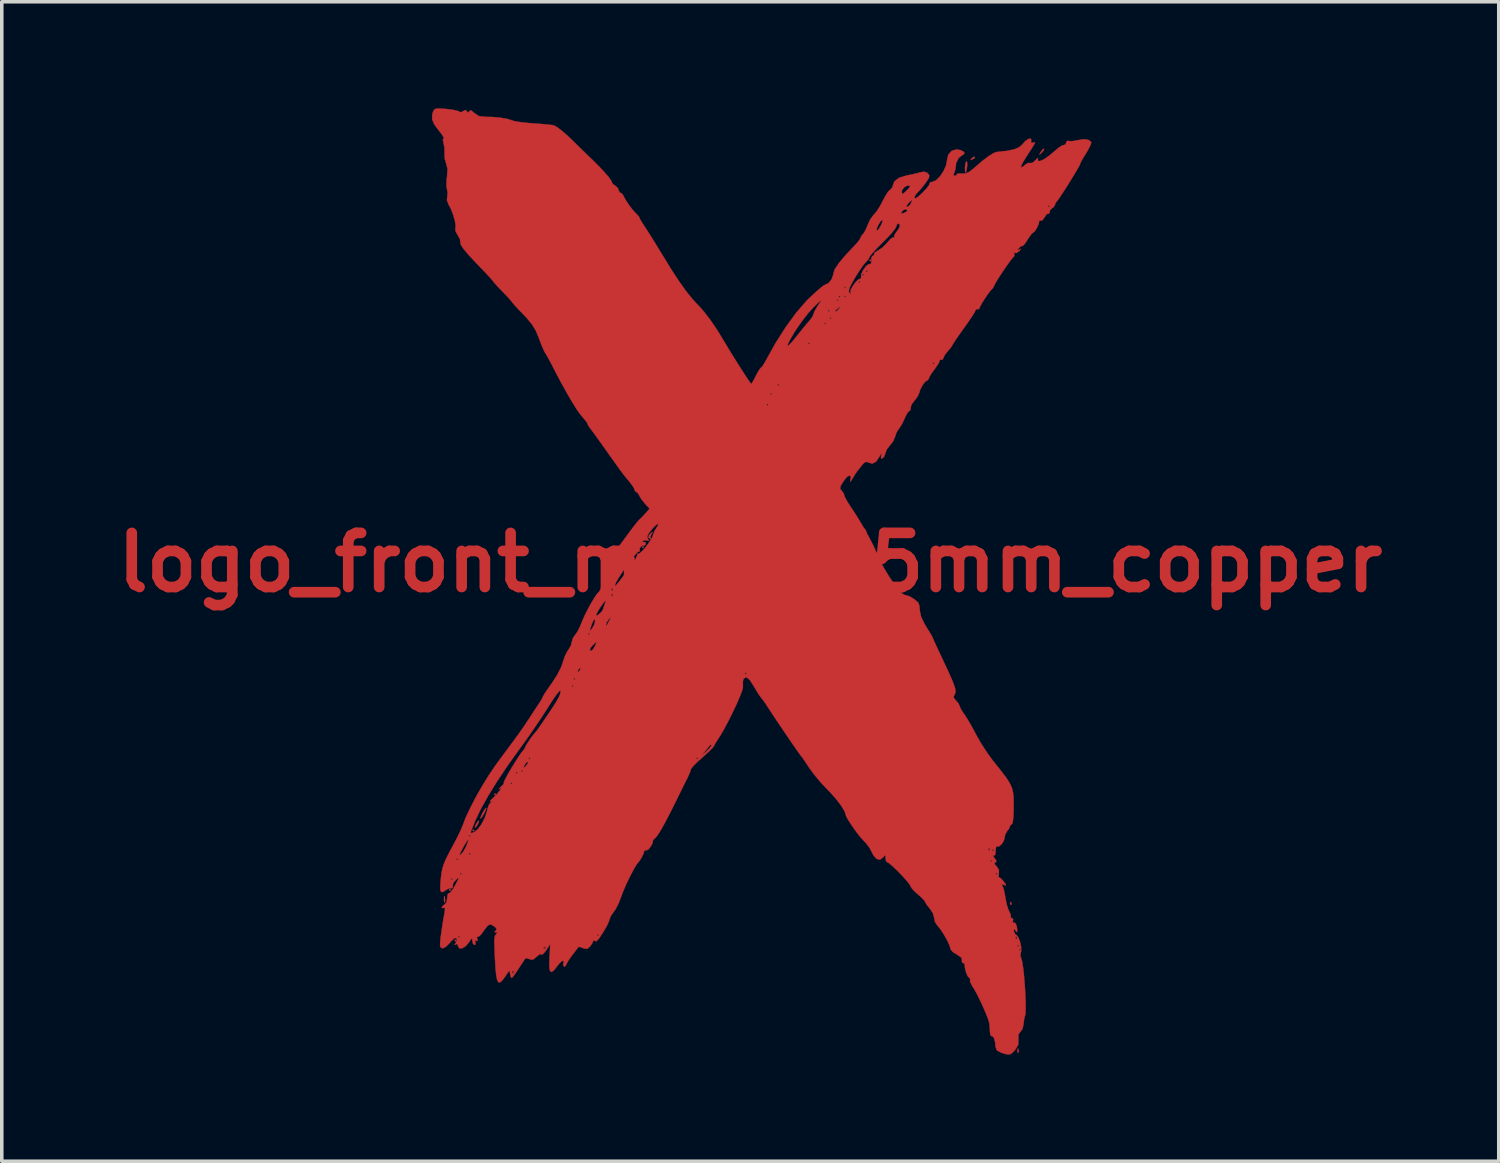
<source format=kicad_pcb>
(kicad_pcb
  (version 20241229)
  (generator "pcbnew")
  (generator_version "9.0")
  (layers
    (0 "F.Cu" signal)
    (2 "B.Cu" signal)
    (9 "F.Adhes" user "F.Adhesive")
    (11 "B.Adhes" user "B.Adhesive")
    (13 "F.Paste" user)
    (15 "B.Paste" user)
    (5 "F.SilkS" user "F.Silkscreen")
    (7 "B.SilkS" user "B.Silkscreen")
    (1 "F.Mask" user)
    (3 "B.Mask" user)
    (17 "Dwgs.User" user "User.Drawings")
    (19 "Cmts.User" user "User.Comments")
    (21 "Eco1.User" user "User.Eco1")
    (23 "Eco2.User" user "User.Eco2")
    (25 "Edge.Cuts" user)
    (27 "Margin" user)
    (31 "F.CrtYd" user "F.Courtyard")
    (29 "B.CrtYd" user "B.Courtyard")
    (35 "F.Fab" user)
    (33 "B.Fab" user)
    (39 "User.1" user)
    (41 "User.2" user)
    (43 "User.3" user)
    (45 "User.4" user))
  (footprint "logo_front_mask_35mm_copper"
    (layer "F.Cu")
    (at 18.078 12.791)
    (property "Reference" "logo_front_mask_35mm_copper" (at 0 0 0) (layer "F.Cu") (effects (font (size 1.524 1.524) (thickness 0.3))))
    (attr through_hole)
    (fp_poly (pts (xy -8.433 9.22) (xy -8.458 9.246) (xy -8.484 9.22) (xy -8.458 9.195) (xy -8.433 9.22)) (stroke (width 0.01) (type solid)) (fill yes) (layer "F.Cu"))
    (fp_poly (pts (xy -8.28 10.643) (xy -8.306 10.668) (xy -8.331 10.643) (xy -8.306 10.617) (xy -8.28 10.643)) (stroke (width 0.01) (type solid)) (fill yes) (layer "F.Cu"))
    (fp_poly (pts (xy -7.772 7.544) (xy -7.798 7.569) (xy -7.823 7.544) (xy -7.798 7.518) (xy -7.772 7.544)) (stroke (width 0.01) (type solid)) (fill yes) (layer "F.Cu"))
    (fp_poly (pts (xy -7.163 6.528) (xy -7.188 6.553) (xy -7.214 6.528) (xy -7.188 6.502) (xy -7.163 6.528)) (stroke (width 0.01) (type solid)) (fill yes) (layer "F.Cu"))
    (fp_poly (pts (xy -2.997 -0.432) (xy -3.023 -0.406) (xy -3.048 -0.432) (xy -3.023 -0.457) (xy -2.997 -0.432)) (stroke (width 0.01) (type solid)) (fill yes) (layer "F.Cu"))
    (fp_poly (pts (xy 3.404 -8.509) (xy 3.378 -8.484) (xy 3.353 -8.509) (xy 3.378 -8.534) (xy 3.404 -8.509)) (stroke (width 0.01) (type solid)) (fill yes) (layer "F.Cu"))
    (fp_poly (pts (xy 7.349 9.567) (xy 7.355 9.628) (xy 7.349 9.635) (xy 7.319 9.628) (xy 7.315 9.601) (xy 7.334 9.559) (xy 7.349 9.567)) (stroke (width 0.01) (type solid)) (fill yes) (layer "F.Cu"))
    (fp_poly (pts (xy 7.553 13.706) (xy 7.559 13.786) (xy 7.549 13.804) (xy 7.526 13.789) (xy 7.522 13.737) (xy 7.535 13.683) (xy 7.553 13.706)) (stroke (width 0.01) (type solid)) (fill yes) (layer "F.Cu"))
    (fp_poly (pts (xy 6.326 -11.42) (xy 6.311 -11.382) (xy 6.263 -11.357) (xy 6.204 -11.342) (xy 6.228 -11.379) (xy 6.235 -11.386) (xy 6.301 -11.426) (xy 6.326 -11.42)) (stroke (width 0.01) (type solid)) (fill yes) (layer "F.Cu"))
    (fp_poly (pts (xy 8.262 -11.607) (xy 8.208 -11.543) (xy 8.146 -11.486) (xy 8.147 -11.505) (xy 8.184 -11.567) (xy 8.242 -11.642) (xy 8.275 -11.655) (xy 8.262 -11.607)) (stroke (width 0.01) (type solid)) (fill yes) (layer "F.Cu"))
    (fp_poly (pts (xy -8.603 9.403) (xy -8.601 9.412) (xy -8.593 9.522) (xy -8.603 9.564) (xy -8.619 9.566) (xy -8.626 9.486) (xy -8.626 9.474) (xy -8.619 9.395) (xy -8.603 9.403)) (stroke (width 0.01) (type solid)) (fill yes) (layer "F.Cu"))
    (fp_poly (pts (xy -7.642 7.302) (xy -7.671 7.366) (xy -7.723 7.446) (xy -7.751 7.468) (xy -7.75 7.43) (xy -7.722 7.366) (xy -7.669 7.286) (xy -7.642 7.264) (xy -7.642 7.302)) (stroke (width 0.01) (type solid)) (fill yes) (layer "F.Cu"))
    (fp_poly (pts (xy 6.107 -11.27) (xy 6.108 -11.172) (xy 6.105 -11.147) (xy 6.083 -11.016) (xy 6.062 -10.979) (xy 6.048 -11.038) (xy 6.045 -11.122) (xy 6.057 -11.237) (xy 6.085 -11.296) (xy 6.107 -11.27)) (stroke (width 0.01) (type solid)) (fill yes) (layer "F.Cu"))
    (fp_poly (pts (xy -2.758 -0.838) (xy -2.781 -0.808) (xy -2.818 -0.728) (xy -2.81 -0.694) (xy -2.801 -0.661) (xy -2.808 -0.66) (xy -2.86 -0.696) (xy -2.867 -0.705) (xy -2.854 -0.768) (xy -2.806 -0.82) (xy -2.747 -0.863) (xy -2.758 -0.838)) (stroke (width 0.01) (type solid)) (fill yes) (layer "F.Cu"))
    (fp_poly (pts (xy -7.443 6.948) (xy -7.484 7.044) (xy -7.493 7.061) (xy -7.553 7.164) (xy -7.595 7.213) (xy -7.597 7.214) (xy -7.594 7.175) (xy -7.553 7.079) (xy -7.544 7.061) (xy -7.484 6.958) (xy -7.442 6.909) (xy -7.44 6.909) (xy -7.443 6.948)) (stroke (width 0.01) (type solid)) (fill yes) (layer "F.Cu"))
    (fp_poly (pts (xy -8.587 -12.774) (xy -8.549 -12.771) (xy -8.373 -12.748) (xy -8.243 -12.72) (xy -8.187 -12.692) (xy -8.187 -12.692) (xy -8.141 -12.68) (xy -8.094 -12.707) (xy -8.023 -12.744) (xy -7.978 -12.704) (xy -7.938 -12.665) (xy -7.912 -12.707) (xy -7.876 -12.738) (xy -7.806 -12.691) (xy -7.775 -12.66) (xy -7.639 -12.57) (xy -7.477 -12.551) (xy -7.265 -12.547) (xy -7.044 -12.527) (xy -6.849 -12.494) (xy -6.718 -12.453) (xy -6.713 -12.45) (xy -6.623 -12.425) (xy -6.459 -12.399) (xy -6.251 -12.377) (xy -6.142 -12.369) (xy -5.917 -12.353) (xy -5.718 -12.335) (xy -5.575 -12.318) (xy -5.538 -12.312) (xy -5.45 -12.266) (xy -5.313 -12.164) (xy -5.148 -12.021) (xy -5.015 -11.896) (xy -4.83 -11.713) (xy -4.649 -11.537) (xy -4.499 -11.391) (xy -4.431 -11.326) (xy -4.259 -11.154) (xy -4.105 -10.99) (xy -3.985 -10.849) (xy -3.913 -10.748) (xy -3.898 -10.708) (xy -3.869 -10.658) (xy -3.809 -10.617) (xy -3.729 -10.544) (xy -3.708 -10.488) (xy -3.68 -10.422) (xy -3.656 -10.414) (xy -3.597 -10.373) (xy -3.571 -10.325) (xy -3.509 -10.207) (xy -3.407 -10.055) (xy -3.295 -9.91) (xy -3.203 -9.815) (xy -3.138 -9.745) (xy -3.124 -9.713) (xy -3.097 -9.655) (xy -3.028 -9.542) (xy -2.967 -9.449) (xy -2.878 -9.312) (xy -2.754 -9.116) (xy -2.613 -8.887) (xy -2.491 -8.687) (xy -2.237 -8.272) (xy -2.017 -7.935) (xy -1.82 -7.658) (xy -1.636 -7.428) (xy -1.453 -7.23) (xy -1.437 -7.214) (xy -1.291 -7.048) (xy -1.121 -6.825) (xy -0.95 -6.575) (xy -0.842 -6.401) (xy -0.7 -6.164) (xy -0.549 -5.915) (xy -0.397 -5.671) (xy -0.255 -5.446) (xy -0.132 -5.256) (xy -0.038 -5.115) (xy 0.018 -5.038) (xy 0.029 -5.029) (xy 0.058 -5.07) (xy 0.116 -5.176) (xy 0.158 -5.258) (xy 0.229 -5.389) (xy 0.284 -5.471) (xy 0.302 -5.486) (xy 0.342 -5.527) (xy 0.396 -5.613) (xy 5.131 -5.613) (xy 5.156 -5.588) (xy 5.182 -5.613) (xy 5.156 -5.639) (xy 5.131 -5.613) (xy 0.396 -5.613) (xy 0.406 -5.629) (xy 0.432 -5.677) (xy 0.666 -6.096) (xy 1.048 -6.096) (xy 1.099 -6.13) (xy 1.137 -6.172) (xy 1.626 -6.172) (xy 1.651 -6.147) (xy 1.676 -6.172) (xy 1.651 -6.198) (xy 1.626 -6.172) (xy 1.137 -6.172) (xy 1.205 -6.247) (xy 1.331 -6.403) (xy 1.461 -6.566) (xy 1.583 -6.714) (xy 1.598 -6.731) (xy 2.083 -6.731) (xy 2.108 -6.706) (xy 2.134 -6.731) (xy 2.108 -6.756) (xy 2.083 -6.731) (xy 1.598 -6.731) (xy 1.664 -6.806) (xy 1.724 -6.883) (xy 2.235 -6.883) (xy 2.261 -6.858) (xy 2.286 -6.883) (xy 2.261 -6.909) (xy 2.235 -6.883) (xy 1.724 -6.883) (xy 1.743 -6.907) (xy 1.778 -6.985) (xy 1.778 -6.987) (xy 1.804 -7.063) (xy 1.818 -7.087) (xy 2.184 -7.087) (xy 2.21 -7.061) (xy 2.235 -7.087) (xy 2.227 -7.095) (xy 2.398 -7.095) (xy 2.398 -7.062) (xy 2.407 -7.061) (xy 2.449 -7.096) (xy 2.496 -7.15) (xy 2.54 -7.21) (xy 2.513 -7.198) (xy 2.477 -7.169) (xy 2.398 -7.095) (xy 2.227 -7.095) (xy 2.21 -7.112) (xy 2.184 -7.087) (xy 1.818 -7.087) (xy 1.871 -7.184) (xy 1.91 -7.245) (xy 1.975 -7.343) (xy 1.995 -7.383) (xy 1.962 -7.361) (xy 1.868 -7.273) (xy 1.78 -7.188) (xy 1.635 -7.028) (xy 1.468 -6.815) (xy 1.307 -6.586) (xy 1.245 -6.489) (xy 1.12 -6.277) (xy 1.055 -6.146) (xy 1.048 -6.096) (xy 0.666 -6.096) (xy 0.709 -6.174) (xy 1.001 -6.633) (xy 1.295 -7.035) (xy 1.577 -7.362) (xy 1.607 -7.391) (xy 2.438 -7.391) (xy 2.464 -7.366) (xy 2.489 -7.391) (xy 2.464 -7.417) (xy 2.438 -7.391) (xy 1.607 -7.391) (xy 1.645 -7.43) (xy 1.712 -7.493) (xy 2.489 -7.493) (xy 2.515 -7.468) (xy 2.54 -7.493) (xy 2.642 -7.493) (xy 2.667 -7.468) (xy 2.692 -7.493) (xy 2.667 -7.518) (xy 2.642 -7.493) (xy 2.54 -7.493) (xy 2.515 -7.518) (xy 2.489 -7.493) (xy 1.712 -7.493) (xy 1.813 -7.588) (xy 1.856 -7.626) (xy 2.774 -7.626) (xy 2.812 -7.571) (xy 2.825 -7.569) (xy 2.83 -7.601) (xy 2.823 -7.614) (xy 2.831 -7.682) (xy 2.888 -7.788) (xy 2.967 -7.896) (xy 2.97 -7.899) (xy 3.048 -7.899) (xy 3.073 -7.874) (xy 3.099 -7.899) (xy 3.073 -7.925) (xy 3.048 -7.899) (xy 2.97 -7.899) (xy 3.046 -7.973) (xy 3.089 -7.989) (xy 3.124 -8.014) (xy 3.118 -8.049) (xy 3.124 -8.103) (xy 3.15 -8.103) (xy 3.175 -8.077) (xy 3.2 -8.103) (xy 3.175 -8.128) (xy 3.15 -8.103) (xy 3.124 -8.103) (xy 3.127 -8.127) (xy 3.165 -8.204) (xy 3.251 -8.204) (xy 3.277 -8.179) (xy 3.302 -8.204) (xy 3.277 -8.23) (xy 3.251 -8.204) (xy 3.165 -8.204) (xy 3.179 -8.233) (xy 3.251 -8.334) (xy 3.323 -8.398) (xy 3.361 -8.402) (xy 3.401 -8.417) (xy 3.413 -8.51) (xy 3.407 -8.572) (xy 3.434 -8.631) (xy 3.455 -8.636) (xy 3.49 -8.665) (xy 3.483 -8.681) (xy 3.504 -8.729) (xy 3.593 -8.784) (xy 3.595 -8.785) (xy 3.716 -8.865) (xy 3.839 -8.987) (xy 3.861 -9.014) (xy 3.95 -9.113) (xy 4.022 -9.158) (xy 4.039 -9.156) (xy 4.064 -9.153) (xy 4.054 -9.167) (xy 4.059 -9.227) (xy 4.118 -9.311) (xy 4.194 -9.419) (xy 4.215 -9.508) (xy 4.175 -9.55) (xy 4.166 -9.55) (xy 4.121 -9.509) (xy 4.115 -9.471) (xy 4.08 -9.404) (xy 3.987 -9.286) (xy 3.85 -9.136) (xy 3.734 -9.019) (xy 3.576 -8.86) (xy 3.451 -8.726) (xy 3.372 -8.632) (xy 3.353 -8.598) (xy 3.319 -8.531) (xy 3.252 -8.459) (xy 3.177 -8.37) (xy 3.075 -8.222) (xy 2.963 -8.045) (xy 2.862 -7.871) (xy 2.791 -7.729) (xy 2.788 -7.722) (xy 2.774 -7.626) (xy 1.856 -7.626) (xy 1.959 -7.716) (xy 1.998 -7.747) (xy 2.642 -7.747) (xy 2.667 -7.722) (xy 2.692 -7.747) (xy 2.667 -7.772) (xy 2.642 -7.747) (xy 1.998 -7.747) (xy 2.064 -7.799) (xy 2.109 -7.823) (xy 2.203 -7.867) (xy 2.288 -7.972) (xy 2.335 -8.1) (xy 2.338 -8.132) (xy 2.379 -8.257) (xy 2.499 -8.437) (xy 2.693 -8.667) (xy 2.908 -8.893) (xy 3.015 -9.01) (xy 3.085 -9.101) (xy 3.099 -9.134) (xy 3.134 -9.205) (xy 3.167 -9.239) (xy 3.225 -9.321) (xy 3.248 -9.37) (xy 3.556 -9.37) (xy 3.575 -9.346) (xy 3.626 -9.402) (xy 3.683 -9.5) (xy 3.724 -9.601) (xy 3.723 -9.651) (xy 3.718 -9.652) (xy 3.672 -9.612) (xy 3.614 -9.521) (xy 3.568 -9.422) (xy 3.556 -9.37) (xy 3.248 -9.37) (xy 3.286 -9.455) (xy 3.301 -9.496) (xy 3.372 -9.651) (xy 3.462 -9.778) (xy 3.48 -9.795) (xy 3.513 -9.834) (xy 4.241 -9.834) (xy 4.292 -9.834) (xy 4.315 -9.84) (xy 4.399 -9.88) (xy 4.42 -9.912) (xy 4.389 -9.955) (xy 4.32 -9.931) (xy 4.271 -9.885) (xy 4.241 -9.834) (xy 3.513 -9.834) (xy 3.563 -9.895) (xy 3.653 -10.037) (xy 4.396 -10.037) (xy 4.41 -10.008) (xy 4.452 -10.033) (xy 8.382 -10.033) (xy 8.407 -10.008) (xy 8.433 -10.033) (xy 8.407 -10.058) (xy 8.382 -10.033) (xy 4.452 -10.033) (xy 4.476 -10.047) (xy 4.521 -10.109) (xy 4.556 -10.188) (xy 4.556 -10.211) (xy 4.512 -10.178) (xy 4.445 -10.109) (xy 4.396 -10.037) (xy 3.653 -10.037) (xy 3.661 -10.049) (xy 3.73 -10.182) (xy 3.813 -10.338) (xy 3.89 -10.453) (xy 4.267 -10.453) (xy 4.272 -10.385) (xy 4.3 -10.382) (xy 4.375 -10.447) (xy 4.394 -10.465) (xy 4.473 -10.55) (xy 4.501 -10.602) (xy 4.499 -10.605) (xy 4.428 -10.617) (xy 4.341 -10.571) (xy 4.277 -10.495) (xy 4.267 -10.453) (xy 3.89 -10.453) (xy 3.891 -10.453) (xy 3.94 -10.498) (xy 4.003 -10.567) (xy 4.013 -10.615) (xy 4.061 -10.737) (xy 4.193 -10.835) (xy 4.393 -10.896) (xy 4.394 -10.897) (xy 4.575 -10.933) (xy 4.747 -10.976) (xy 4.762 -10.981) (xy 4.895 -11.006) (xy 4.981 -10.975) (xy 5.002 -10.957) (xy 5.04 -10.901) (xy 5.03 -10.834) (xy 4.964 -10.728) (xy 4.934 -10.686) (xy 4.83 -10.552) (xy 4.736 -10.447) (xy 4.707 -10.42) (xy 4.638 -10.329) (xy 4.623 -10.27) (xy 4.653 -10.253) (xy 4.743 -10.314) (xy 4.849 -10.412) (xy 4.963 -10.534) (xy 5.035 -10.63) (xy 5.049 -10.676) (xy 5.069 -10.71) (xy 5.127 -10.719) (xy 5.231 -10.763) (xy 5.343 -10.874) (xy 5.445 -11.026) (xy 5.516 -11.187) (xy 5.537 -11.307) (xy 5.574 -11.482) (xy 5.674 -11.596) (xy 5.808 -11.632) (xy 5.919 -11.614) (xy 6.003 -11.573) (xy 6.034 -11.527) (xy 6.006 -11.498) (xy 5.868 -11.395) (xy 5.796 -11.245) (xy 5.791 -11.194) (xy 5.772 -11.057) (xy 5.743 -10.978) (xy 5.723 -10.905) (xy 5.766 -10.888) (xy 5.816 -10.91) (xy 5.812 -10.93) (xy 5.837 -10.953) (xy 5.933 -10.954) (xy 5.949 -10.952) (xy 6.058 -10.954) (xy 6.163 -10.999) (xy 6.294 -11.1) (xy 6.346 -11.146) (xy 6.54 -11.313) (xy 6.718 -11.447) (xy 6.859 -11.534) (xy 6.934 -11.561) (xy 7.222 -11.592) (xy 7.426 -11.634) (xy 7.566 -11.691) (xy 7.659 -11.77) (xy 7.675 -11.792) (xy 7.76 -11.882) (xy 7.844 -11.933) (xy 7.903 -11.935) (xy 7.913 -11.88) (xy 7.907 -11.864) (xy 7.909 -11.814) (xy 7.961 -11.822) (xy 8.002 -11.836) (xy 8.017 -11.827) (xy 7.999 -11.783) (xy 7.943 -11.69) (xy 7.842 -11.533) (xy 7.766 -11.417) (xy 7.668 -11.256) (xy 7.624 -11.156) (xy 7.634 -11.122) (xy 7.699 -11.163) (xy 7.743 -11.205) (xy 7.829 -11.254) (xy 7.881 -11.248) (xy 7.95 -11.258) (xy 8.034 -11.334) (xy 8.09 -11.394) (xy 8.102 -11.379) (xy 8.099 -11.37) (xy 8.102 -11.308) (xy 8.166 -11.307) (xy 8.277 -11.359) (xy 8.421 -11.459) (xy 8.548 -11.567) (xy 8.679 -11.677) (xy 8.785 -11.746) (xy 8.84 -11.76) (xy 8.882 -11.773) (xy 8.89 -11.813) (xy 8.92 -11.874) (xy 8.962 -11.87) (xy 9.057 -11.865) (xy 9.195 -11.887) (xy 9.218 -11.893) (xy 9.39 -11.92) (xy 9.524 -11.902) (xy 9.596 -11.845) (xy 9.601 -11.818) (xy 9.576 -11.743) (xy 9.509 -11.616) (xy 9.442 -11.503) (xy 9.358 -11.367) (xy 9.305 -11.27) (xy 9.293 -11.237) (xy 9.274 -11.189) (xy 9.211 -11.077) (xy 9.118 -10.919) (xy 9.007 -10.738) (xy 8.891 -10.553) (xy 8.782 -10.385) (xy 8.694 -10.253) (xy 8.638 -10.178) (xy 8.627 -10.168) (xy 8.588 -10.11) (xy 8.585 -10.085) (xy 8.544 -10.01) (xy 8.509 -9.989) (xy 8.441 -9.92) (xy 8.433 -9.879) (xy 8.412 -9.823) (xy 8.389 -9.825) (xy 8.34 -9.805) (xy 8.288 -9.724) (xy 8.23 -9.641) (xy 8.177 -9.628) (xy 8.136 -9.632) (xy 8.136 -9.618) (xy 8.123 -9.542) (xy 8.077 -9.435) (xy 8.019 -9.339) (xy 7.971 -9.296) (xy 7.97 -9.296) (xy 7.923 -9.257) (xy 7.849 -9.156) (xy 7.809 -9.093) (xy 7.733 -8.979) (xy 7.677 -8.919) (xy 7.661 -8.916) (xy 7.613 -8.904) (xy 7.564 -8.856) (xy 7.519 -8.796) (xy 7.544 -8.799) (xy 7.569 -8.814) (xy 7.618 -8.837) (xy 7.597 -8.8) (xy 7.576 -8.773) (xy 7.5 -8.718) (xy 7.454 -8.721) (xy 7.425 -8.72) (xy 7.435 -8.698) (xy 7.435 -8.628) (xy 7.419 -8.612) (xy 7.367 -8.556) (xy 7.279 -8.44) (xy 7.172 -8.286) (xy 7.06 -8.12) (xy 6.96 -7.963) (xy 6.887 -7.841) (xy 6.858 -7.777) (xy 6.858 -7.776) (xy 6.824 -7.715) (xy 6.82 -7.713) (xy 6.767 -7.661) (xy 6.684 -7.551) (xy 6.592 -7.415) (xy 6.51 -7.282) (xy 6.459 -7.185) (xy 6.452 -7.158) (xy 6.42 -7.129) (xy 6.401 -7.137) (xy 6.354 -7.135) (xy 6.35 -7.117) (xy 6.322 -7.058) (xy 6.246 -6.935) (xy 6.133 -6.768) (xy 6.02 -6.608) (xy 5.887 -6.421) (xy 5.78 -6.266) (xy 5.71 -6.159) (xy 5.69 -6.121) (xy 5.658 -6.068) (xy 5.581 -5.975) (xy 5.563 -5.955) (xy 5.478 -5.847) (xy 5.437 -5.76) (xy 5.436 -5.751) (xy 5.407 -5.708) (xy 5.385 -5.715) (xy 5.338 -5.708) (xy 5.334 -5.687) (xy 5.305 -5.615) (xy 5.23 -5.499) (xy 5.182 -5.436) (xy 5.092 -5.311) (xy 5.037 -5.215) (xy 5.029 -5.187) (xy 4.998 -5.133) (xy 4.984 -5.131) (xy 4.923 -5.09) (xy 4.849 -4.991) (xy 4.786 -4.871) (xy 4.761 -4.787) (xy 4.717 -4.684) (xy 4.634 -4.572) (xy 4.539 -4.449) (xy 4.512 -4.344) (xy 4.515 -4.305) (xy 4.484 -4.268) (xy 4.476 -4.267) (xy 4.431 -4.224) (xy 4.372 -4.117) (xy 4.347 -4.059) (xy 4.278 -3.911) (xy 4.206 -3.795) (xy 4.187 -3.773) (xy 4.119 -3.666) (xy 4.081 -3.553) (xy 4.023 -3.415) (xy 3.931 -3.297) (xy 3.846 -3.192) (xy 3.81 -3.098) (xy 3.81 -3.096) (xy 3.773 -2.991) (xy 3.738 -2.95) (xy 3.687 -2.921) (xy 3.682 -2.972) (xy 3.688 -3.007) (xy 3.701 -3.084) (xy 3.686 -3.073) (xy 3.647 -2.997) (xy 3.543 -2.842) (xy 3.435 -2.785) (xy 3.339 -2.813) (xy 3.261 -2.839) (xy 3.19 -2.796) (xy 3.146 -2.743) (xy 3.062 -2.636) (xy 3.003 -2.562) (xy 2.948 -2.481) (xy 2.877 -2.362) (xy 2.875 -2.358) (xy 2.823 -2.278) (xy 2.812 -2.288) (xy 2.82 -2.32) (xy 2.83 -2.426) (xy 2.791 -2.453) (xy 2.716 -2.405) (xy 2.625 -2.29) (xy 2.548 -2.164) (xy 2.528 -2.09) (xy 2.558 -2.039) (xy 2.568 -2.03) (xy 2.631 -1.947) (xy 2.642 -1.904) (xy 2.669 -1.831) (xy 2.739 -1.705) (xy 2.823 -1.576) (xy 2.991 -1.319) (xy 3.164 -1.033) (xy 3.327 -0.744) (xy 3.465 -0.479) (xy 3.563 -0.265) (xy 3.577 -0.229) (xy 3.661 -0.038) (xy 3.775 0.174) (xy 3.906 0.39) (xy 4.041 0.591) (xy 4.168 0.757) (xy 4.274 0.871) (xy 4.345 0.912) (xy 4.47 0.947) (xy 4.613 1.028) (xy 4.725 1.125) (xy 4.736 1.14) (xy 4.763 1.225) (xy 4.774 1.357) (xy 4.774 1.361) (xy 4.809 1.524) (xy 4.905 1.728) (xy 4.953 1.807) (xy 5.044 1.952) (xy 5.108 2.06) (xy 5.131 2.105) (xy 5.151 2.155) (xy 5.208 2.281) (xy 5.292 2.463) (xy 5.397 2.687) (xy 5.436 2.769) (xy 5.578 3.074) (xy 5.68 3.302) (xy 5.744 3.466) (xy 5.775 3.58) (xy 5.778 3.657) (xy 5.758 3.711) (xy 5.746 3.727) (xy 5.723 3.797) (xy 5.783 3.879) (xy 5.791 3.886) (xy 5.867 3.975) (xy 5.893 4.037) (xy 5.921 4.111) (xy 5.992 4.226) (xy 6.024 4.27) (xy 6.109 4.399) (xy 6.218 4.584) (xy 6.33 4.791) (xy 6.356 4.842) (xy 6.49 5.079) (xy 6.659 5.341) (xy 6.828 5.575) (xy 6.852 5.604) (xy 7.054 5.857) (xy 7.201 6.05) (xy 7.302 6.204) (xy 7.365 6.338) (xy 7.399 6.471) (xy 7.414 6.624) (xy 7.417 6.815) (xy 7.417 6.87) (xy 7.412 7.102) (xy 7.398 7.269) (xy 7.377 7.357) (xy 7.366 7.366) (xy 7.317 7.405) (xy 7.315 7.42) (xy 7.283 7.498) (xy 7.239 7.551) (xy 7.177 7.663) (xy 7.163 7.743) (xy 7.136 7.843) (xy 7.072 7.937) (xy 6.999 7.996) (xy 6.943 7.993) (xy 6.92 8.012) (xy 6.909 8.106) (xy 6.909 8.123) (xy 6.897 8.233) (xy 6.858 8.255) (xy 6.845 8.249) (xy 6.827 8.253) (xy 6.872 8.315) (xy 6.874 8.317) (xy 6.931 8.4) (xy 6.912 8.442) (xy 6.899 8.447) (xy 6.869 8.482) (xy 6.926 8.544) (xy 6.929 8.546) (xy 7.001 8.653) (xy 7 8.754) (xy 6.991 8.844) (xy 7.005 8.868) (xy 7.053 8.891) (xy 7.128 8.972) (xy 7.134 8.98) (xy 7.196 9.068) (xy 7.196 9.093) (xy 7.139 9.076) (xy 7.078 9.061) (xy 7.097 9.103) (xy 7.098 9.105) (xy 7.133 9.189) (xy 7.167 9.336) (xy 7.184 9.442) (xy 7.218 9.619) (xy 7.265 9.771) (xy 7.292 9.827) (xy 7.336 9.921) (xy 7.332 9.974) (xy 7.338 10.004) (xy 7.363 10.008) (xy 7.404 10.044) (xy 7.397 10.086) (xy 7.392 10.14) (xy 7.412 10.138) (xy 7.463 10.152) (xy 7.503 10.236) (xy 7.518 10.355) (xy 7.509 10.411) (xy 7.474 10.374) (xy 7.468 10.363) (xy 7.428 10.315) (xy 7.418 10.359) (xy 7.418 10.37) (xy 7.453 10.458) (xy 7.486 10.48) (xy 7.543 10.546) (xy 7.594 10.672) (xy 7.626 10.817) (xy 7.63 10.939) (xy 7.617 10.978) (xy 7.605 11.072) (xy 7.628 11.139) (xy 7.655 11.235) (xy 7.682 11.406) (xy 7.707 11.628) (xy 7.728 11.88) (xy 7.744 12.137) (xy 7.754 12.379) (xy 7.755 12.581) (xy 7.747 12.721) (xy 7.735 12.77) (xy 7.713 12.848) (xy 7.697 12.977) (xy 7.696 12.993) (xy 7.667 13.128) (xy 7.61 13.213) (xy 7.605 13.215) (xy 7.549 13.291) (xy 7.55 13.425) (xy 7.546 13.575) (xy 7.468 13.709) (xy 7.452 13.729) (xy 7.367 13.818) (xy 7.296 13.854) (xy 7.201 13.844) (xy 7.074 13.805) (xy 6.948 13.74) (xy 6.908 13.647) (xy 6.908 13.645) (xy 6.894 13.499) (xy 6.861 13.386) (xy 6.818 13.336) (xy 6.801 13.339) (xy 6.768 13.316) (xy 6.75 13.224) (xy 6.741 13.073) (xy 6.732 12.972) (xy 6.704 12.872) (xy 6.641 12.71) (xy 6.557 12.515) (xy 6.463 12.312) (xy 6.372 12.13) (xy 6.297 11.996) (xy 6.262 11.947) (xy 6.19 11.806) (xy 6.192 11.722) (xy 6.16 11.685) (xy 6.153 11.684) (xy 6.117 11.641) (xy 6.077 11.539) (xy 6.046 11.419) (xy 6.037 11.324) (xy 6.038 11.316) (xy 6.006 11.279) (xy 5.989 11.278) (xy 5.955 11.241) (xy 5.962 11.2) (xy 5.946 11.125) (xy 5.836 11.048) (xy 5.816 11.038) (xy 5.701 10.965) (xy 5.647 10.897) (xy 7.569 10.897) (xy 7.595 10.922) (xy 7.62 10.897) (xy 7.595 10.871) (xy 7.569 10.897) (xy 5.647 10.897) (xy 5.641 10.889) (xy 5.638 10.874) (xy 5.615 10.795) (xy 7.518 10.795) (xy 7.544 10.82) (xy 7.569 10.795) (xy 7.544 10.77) (xy 7.518 10.795) (xy 5.615 10.795) (xy 5.611 10.781) (xy 5.543 10.636) (xy 5.504 10.566) (xy 7.468 10.566) (xy 7.486 10.608) (xy 7.501 10.6) (xy 7.508 10.54) (xy 7.501 10.533) (xy 7.471 10.54) (xy 7.468 10.566) (xy 5.504 10.566) (xy 5.452 10.475) (xy 5.356 10.327) (xy 5.275 10.226) (xy 5.263 10.215) (xy 5.2 10.115) (xy 5.182 10.014) (xy 5.148 9.886) (xy 5.065 9.754) (xy 5.055 9.743) (xy 4.971 9.641) (xy 4.929 9.569) (xy 4.928 9.562) (xy 4.892 9.507) (xy 4.8 9.414) (xy 4.724 9.347) (xy 4.609 9.242) (xy 4.536 9.159) (xy 4.521 9.129) (xy 4.487 9.064) (xy 4.398 8.952) (xy 4.274 8.815) (xy 4.224 8.763) (xy 6.909 8.763) (xy 6.934 8.788) (xy 6.96 8.763) (xy 6.934 8.738) (xy 6.909 8.763) (xy 4.224 8.763) (xy 4.136 8.673) (xy 4.005 8.548) (xy 3.901 8.462) (xy 3.848 8.433) (xy 3.83 8.407) (xy 6.756 8.407) (xy 6.782 8.433) (xy 6.807 8.407) (xy 6.782 8.382) (xy 6.756 8.407) (xy 3.83 8.407) (xy 3.818 8.39) (xy 3.81 8.321) (xy 3.805 8.244) (xy 3.775 8.259) (xy 3.741 8.304) (xy 3.649 8.369) (xy 3.549 8.341) (xy 3.458 8.227) (xy 3.442 8.193) (xy 3.383 8.077) (xy 6.706 8.077) (xy 6.724 8.119) (xy 6.739 8.111) (xy 6.74 8.103) (xy 6.807 8.103) (xy 6.833 8.128) (xy 6.858 8.103) (xy 6.833 8.077) (xy 6.807 8.103) (xy 6.74 8.103) (xy 6.746 8.051) (xy 6.739 8.043) (xy 6.709 8.05) (xy 6.706 8.077) (xy 3.383 8.077) (xy 3.366 8.044) (xy 3.273 7.918) (xy 3.165 7.802) (xy 3.072 7.696) (xy 2.962 7.552) (xy 2.852 7.395) (xy 2.759 7.252) (xy 2.702 7.148) (xy 2.692 7.116) (xy 2.657 7.007) (xy 2.561 6.849) (xy 2.419 6.661) (xy 2.243 6.463) (xy 2.157 6.375) (xy 1.979 6.186) (xy 1.801 5.972) (xy 1.659 5.779) (xy 1.651 5.766) (xy 1.549 5.612) (xy 1.468 5.494) (xy 1.423 5.437) (xy 1.422 5.436) (xy 1.386 5.389) (xy 1.305 5.274) (xy 1.19 5.108) (xy 1.054 4.909) (xy 0.908 4.693) (xy 0.762 4.477) (xy 0.629 4.278) (xy 0.52 4.112) (xy 0.446 3.998) (xy 0.432 3.975) (xy 0.351 3.861) (xy 0.314 3.818) (xy 0.253 3.735) (xy 0.166 3.597) (xy 0.095 3.475) (xy -0.014 3.307) (xy -0.098 3.235) (xy -0.13 3.234) (xy -0.186 3.27) (xy -0.209 3.343) (xy -0.208 3.482) (xy -0.206 3.505) (xy -0.226 3.596) (xy -0.286 3.754) (xy -0.374 3.96) (xy -0.483 4.193) (xy -0.601 4.432) (xy -0.72 4.657) (xy -0.828 4.847) (xy -0.902 4.961) (xy -0.976 5.075) (xy -1.017 5.154) (xy -1.02 5.164) (xy -1.058 5.215) (xy -1.155 5.313) (xy -1.294 5.439) (xy -1.348 5.486) (xy -1.496 5.621) (xy -1.61 5.736) (xy -1.669 5.811) (xy -1.674 5.824) (xy -1.697 5.903) (xy -1.753 6.03) (xy -1.776 6.078) (xy -1.85 6.224) (xy -1.946 6.419) (xy -2.046 6.623) (xy -2.049 6.629) (xy -2.235 7.003) (xy -2.394 7.31) (xy -2.525 7.544) (xy -2.622 7.696) (xy -2.673 7.755) (xy -2.733 7.812) (xy -2.742 7.831) (xy -2.751 7.902) (xy -2.803 7.997) (xy -2.87 8.079) (xy -2.927 8.107) (xy -2.929 8.106) (xy -2.983 8.103) (xy -2.986 8.117) (xy -3.001 8.184) (xy -3.051 8.29) (xy -3.11 8.39) (xy -3.147 8.433) (xy -3.204 8.505) (xy -3.287 8.646) (xy -3.383 8.83) (xy -3.481 9.032) (xy -3.567 9.227) (xy -3.629 9.389) (xy -3.635 9.407) (xy -3.706 9.593) (xy -3.791 9.759) (xy -3.844 9.834) (xy -3.924 9.947) (xy -3.962 10.038) (xy -3.962 10.046) (xy -3.988 10.124) (xy -4.054 10.258) (xy -4.148 10.419) (xy -4.149 10.421) (xy -4.259 10.586) (xy -4.333 10.663) (xy -4.376 10.657) (xy -4.412 10.627) (xy -4.419 10.645) (xy -4.449 10.721) (xy -4.506 10.804) (xy -4.588 10.877) (xy -4.679 10.87) (xy -4.709 10.857) (xy -4.802 10.824) (xy -4.839 10.825) (xy -4.875 10.874) (xy -4.953 10.976) (xy -5.017 11.059) (xy -5.11 11.189) (xy -5.17 11.29) (xy -5.182 11.325) (xy -5.221 11.377) (xy -5.238 11.379) (xy -5.272 11.342) (xy -5.265 11.305) (xy -5.251 11.224) (xy -5.288 11.213) (xy -5.359 11.267) (xy -5.431 11.358) (xy -5.534 11.489) (xy -5.604 11.533) (xy -5.646 11.486) (xy -5.661 11.345) (xy -5.655 11.138) (xy -5.633 10.744) (xy -5.747 10.917) (xy -5.821 11.011) (xy -5.872 11.042) (xy -5.881 11.033) (xy -5.923 11.025) (xy -6.003 11.087) (xy -6.013 11.097) (xy -6.107 11.177) (xy -6.187 11.18) (xy -6.218 11.166) (xy -6.311 11.141) (xy -6.343 11.161) (xy -6.387 11.225) (xy -6.467 11.347) (xy -6.553 11.478) (xy -6.65 11.621) (xy -6.705 11.688) (xy -6.735 11.689) (xy -6.753 11.633) (xy -6.756 11.615) (xy -6.772 11.532) (xy -6.706 11.532) (xy -6.687 11.573) (xy -6.672 11.565) (xy -6.666 11.505) (xy -6.672 11.498) (xy -6.702 11.505) (xy -6.706 11.532) (xy -6.772 11.532) (xy -6.782 11.482) (xy -6.903 11.659) (xy -6.979 11.763) (xy -7.041 11.821) (xy -7.089 11.823) (xy -7.125 11.764) (xy -7.153 11.636) (xy -7.174 11.43) (xy -7.191 11.14) (xy -7.202 10.837) (xy -5.825 10.837) (xy -5.818 10.868) (xy -5.791 10.871) (xy -5.749 10.853) (xy -5.757 10.837) (xy -5.818 10.831) (xy -5.825 10.837) (xy -7.202 10.837) (xy -7.205 10.759) (xy -7.209 10.62) (xy -7.189 10.509) (xy -7.175 10.49) (xy -4.318 10.49) (xy -4.293 10.516) (xy -4.267 10.49) (xy -4.293 10.465) (xy -4.318 10.49) (xy -7.175 10.49) (xy -7.15 10.456) (xy -7.118 10.422) (xy -7.163 10.414) (xy -7.211 10.404) (xy -7.17 10.369) (xy -7.138 10.325) (xy -7.187 10.266) (xy -7.221 10.241) (xy -7.291 10.197) (xy -7.346 10.192) (xy -7.406 10.239) (xy -7.491 10.349) (xy -7.566 10.456) (xy -7.634 10.526) (xy -7.679 10.536) (xy -7.699 10.552) (xy -7.687 10.597) (xy -7.679 10.657) (xy -7.712 10.648) (xy -7.75 10.646) (xy -7.741 10.691) (xy -7.742 10.758) (xy -7.767 10.77) (xy -7.811 10.727) (xy -7.824 10.655) (xy -7.83 10.591) (xy -7.857 10.6) (xy -7.919 10.689) (xy -7.931 10.706) (xy -8.024 10.811) (xy -8.121 10.866) (xy -8.198 10.862) (xy -8.23 10.792) (xy -8.23 10.792) (xy -8.256 10.74) (xy -8.293 10.751) (xy -8.331 10.766) (xy -8.298 10.717) (xy -8.296 10.714) (xy -8.262 10.624) (xy -8.272 10.58) (xy -8.325 10.573) (xy -8.419 10.659) (xy -8.449 10.696) (xy -8.571 10.82) (xy -8.666 10.867) (xy -8.724 10.832) (xy -8.737 10.757) (xy -8.729 10.644) (xy -8.716 10.541) (xy -8.23 10.541) (xy -8.204 10.566) (xy -8.179 10.541) (xy -8.204 10.516) (xy -8.23 10.541) (xy -8.716 10.541) (xy -8.706 10.463) (xy -8.675 10.247) (xy -8.64 10.028) (xy -8.605 9.839) (xy -8.604 9.836) (xy -8.595 9.735) (xy -8.628 9.723) (xy -8.631 9.725) (xy -8.681 9.729) (xy -8.687 9.711) (xy -8.646 9.653) (xy -8.611 9.634) (xy -8.553 9.563) (xy -8.534 9.447) (xy -8.523 9.347) (xy -8.494 9.316) (xy -8.491 9.317) (xy -8.446 9.291) (xy -8.374 9.195) (xy -8.306 9.079) (xy -8.234 8.94) (xy -8.211 8.879) (xy -8.236 8.887) (xy -8.267 8.915) (xy -8.342 8.997) (xy -8.37 9.042) (xy -8.383 9.157) (xy -8.423 9.175) (xy -8.425 9.174) (xy -8.494 9.18) (xy -8.565 9.22) (xy -8.655 9.278) (xy -8.708 9.275) (xy -8.73 9.201) (xy -8.726 9.044) (xy -8.716 8.928) (xy -8.715 8.915) (xy -8.433 8.915) (xy -8.407 8.941) (xy -8.382 8.915) (xy -8.407 8.89) (xy -8.433 8.915) (xy -8.715 8.915) (xy -8.698 8.766) (xy -8.697 8.763) (xy -8.179 8.763) (xy -8.153 8.788) (xy -8.128 8.763) (xy -8.153 8.738) (xy -8.179 8.763) (xy -8.697 8.763) (xy -8.673 8.629) (xy -8.632 8.496) (xy -8.572 8.357) (xy -8.28 8.357) (xy -8.255 8.382) (xy -8.23 8.357) (xy -8.255 8.331) (xy -8.28 8.357) (xy -8.572 8.357) (xy -8.567 8.343) (xy -8.516 8.242) (xy -8.185 8.242) (xy -8.157 8.233) (xy -8.134 8.204) (xy -7.925 8.204) (xy -7.899 8.23) (xy -7.874 8.204) (xy -7.899 8.179) (xy -7.925 8.204) (xy -8.134 8.204) (xy -8.08 8.138) (xy -8.005 8.002) (xy -7.997 7.985) (xy -7.946 7.849) (xy -7.94 7.803) (xy -7.977 7.843) (xy -8.054 7.968) (xy -8.096 8.042) (xy -8.167 8.179) (xy -8.185 8.242) (xy -8.516 8.242) (xy -8.469 8.149) (xy -8.33 7.889) (xy -8.322 7.874) (xy -8.229 7.696) (xy -7.925 7.696) (xy -7.899 7.722) (xy -7.874 7.696) (xy -7.899 7.671) (xy -7.925 7.696) (xy -8.229 7.696) (xy -8.227 7.692) (xy -8.185 7.603) (xy -7.874 7.603) (xy -7.841 7.621) (xy -7.761 7.581) (xy -7.68 7.516) (xy -7.573 7.377) (xy -7.475 7.187) (xy -7.412 6.997) (xy -7.401 6.934) (xy -7.356 6.815) (xy -7.315 6.765) (xy -7.265 6.717) (xy -7.293 6.723) (xy -7.315 6.733) (xy -7.334 6.727) (xy -7.285 6.67) (xy -7.261 6.648) (xy -7.147 6.533) (xy -7.058 6.426) (xy -7.012 6.357) (xy -7.03 6.355) (xy -7.064 6.375) (xy -7.084 6.38) (xy -7.037 6.329) (xy -7.013 6.306) (xy -6.944 6.237) (xy -6.938 6.223) (xy -6.756 6.223) (xy -6.731 6.248) (xy -6.706 6.223) (xy -6.731 6.198) (xy -6.756 6.223) (xy -6.938 6.223) (xy -6.934 6.214) (xy -6.942 6.218) (xy -6.942 6.19) (xy -6.897 6.093) (xy -6.814 5.941) (xy -6.801 5.918) (xy -6.604 5.918) (xy -6.579 5.944) (xy -6.553 5.918) (xy -6.579 5.893) (xy -6.604 5.918) (xy -6.801 5.918) (xy -6.771 5.867) (xy -6.452 5.867) (xy -6.426 5.893) (xy -6.401 5.867) (xy -6.426 5.842) (xy -6.452 5.867) (xy -6.771 5.867) (xy -6.719 5.779) (xy -6.719 5.779) (xy -6.39 5.779) (xy -6.374 5.778) (xy -6.321 5.729) (xy -6.262 5.652) (xy -6.26 5.61) (xy -6.302 5.626) (xy -6.352 5.698) (xy -6.39 5.779) (xy -6.719 5.779) (xy -6.6 5.585) (xy -6.552 5.512) (xy -6.248 5.512) (xy -6.223 5.537) (xy -6.198 5.512) (xy -1.524 5.512) (xy -1.499 5.537) (xy -1.473 5.512) (xy -1.499 5.486) (xy -1.524 5.512) (xy -6.198 5.512) (xy -6.223 5.486) (xy -6.248 5.512) (xy -6.552 5.512) (xy -6.519 5.461) (xy -1.397 5.461) (xy -1.232 5.312) (xy -1.138 5.217) (xy -1.092 5.152) (xy -1.093 5.139) (xy -1.13 5.135) (xy -1.168 5.184) (xy -1.246 5.28) (xy -1.27 5.309) (xy -1.397 5.461) (xy -6.519 5.461) (xy -6.497 5.427) (xy -6.423 5.323) (xy -6.393 5.292) (xy -6.351 5.234) (xy -6.35 5.225) (xy -6.322 5.163) (xy -6.254 5.053) (xy -6.168 4.928) (xy -6.085 4.82) (xy -6.044 4.775) (xy -5.999 4.718) (xy -5.932 4.623) (xy -5.857 4.514) (xy -5.751 4.358) (xy -5.653 4.215) (xy -5.494 3.973) (xy -5.393 3.797) (xy -5.345 3.677) (xy -5.344 3.603) (xy -5.376 3.619) (xy -5.45 3.708) (xy -5.554 3.855) (xy -5.678 4.048) (xy -5.69 4.068) (xy -5.841 4.304) (xy -6.032 4.589) (xy -6.242 4.894) (xy -6.451 5.186) (xy -6.522 5.283) (xy -6.845 5.735) (xy -7.138 6.174) (xy -7.392 6.587) (xy -7.597 6.956) (xy -7.744 7.267) (xy -7.751 7.284) (xy -7.814 7.442) (xy -7.859 7.558) (xy -7.874 7.603) (xy -8.185 7.603) (xy -8.149 7.529) (xy -8.104 7.419) (xy -8.103 7.417) (xy -8.017 7.191) (xy -7.884 6.907) (xy -7.719 6.59) (xy -7.534 6.266) (xy -7.343 5.958) (xy -7.167 5.701) (xy -7.015 5.494) (xy -6.839 5.257) (xy -6.679 5.041) (xy -6.678 5.041) (xy -6.525 4.829) (xy -6.364 4.6) (xy -6.231 4.4) (xy -6.227 4.394) (xy -6.113 4.218) (xy -6.007 4.057) (xy -5.937 3.952) (xy -5.872 3.848) (xy -5.842 3.783) (xy -5.842 3.781) (xy -5.814 3.728) (xy -5.74 3.614) (xy -5.646 3.48) (xy -5.029 3.48) (xy -5.004 3.505) (xy -4.978 3.48) (xy -5.004 3.454) (xy -5.029 3.48) (xy -5.646 3.48) (xy -5.633 3.46) (xy -5.589 3.401) (xy -5.508 3.277) (xy -4.978 3.277) (xy -4.953 3.302) (xy -4.928 3.277) (xy -4.953 3.251) (xy -4.978 3.277) (xy -5.508 3.277) (xy -5.443 3.176) (xy -5.416 3.124) (xy -0.152 3.124) (xy -0.127 3.15) (xy -0.102 3.124) (xy -0.127 3.099) (xy -0.152 3.124) (xy -5.416 3.124) (xy -5.4 3.092) (xy -4.864 3.092) (xy -4.826 3.068) (xy -4.82 3.062) (xy -4.78 2.995) (xy -4.785 2.97) (xy -4.823 2.986) (xy -4.848 3.033) (xy -4.864 3.092) (xy -5.4 3.092) (xy -5.331 2.959) (xy -5.278 2.809) (xy -5.223 2.641) (xy -5.153 2.501) (xy -5.131 2.471) (xy -4.518 2.471) (xy -4.479 2.489) (xy -4.43 2.448) (xy -4.373 2.35) (xy -4.332 2.257) (xy -4.343 2.246) (xy -4.415 2.308) (xy -4.501 2.404) (xy -4.518 2.471) (xy -5.131 2.471) (xy -5.124 2.461) (xy -5.052 2.343) (xy -5.029 2.247) (xy -4.994 2.127) (xy -4.937 2.047) (xy -4.908 2.007) (xy -4.572 2.007) (xy -4.547 2.032) (xy -4.521 2.007) (xy -4.547 1.981) (xy -4.572 2.007) (xy -4.908 2.007) (xy -4.866 1.946) (xy -4.851 1.916) (xy -4.517 1.916) (xy -4.499 1.912) (xy -4.452 1.854) (xy -4.394 1.745) (xy -4.064 1.745) (xy -4.054 1.777) (xy -4.02 1.731) (xy -3.966 1.626) (xy -3.928 1.541) (xy -3.939 1.542) (xy -3.985 1.597) (xy -4.046 1.692) (xy -4.064 1.745) (xy -4.394 1.745) (xy -4.389 1.735) (xy -4.372 1.651) (xy -4.379 1.586) (xy -4.409 1.615) (xy -4.415 1.626) (xy -4.463 1.734) (xy -4.495 1.829) (xy -4.517 1.916) (xy -4.851 1.916) (xy -4.79 1.793) (xy -4.754 1.702) (xy -4.689 1.547) (xy -4.657 1.481) (xy -4.345 1.481) (xy -4.338 1.502) (xy -4.273 1.465) (xy -4.183 1.382) (xy -4.149 1.323) (xy -4.113 1.208) (xy -4.091 1.143) (xy -4.056 1.041) (xy -4.14 1.143) (xy -4.227 1.266) (xy -4.299 1.386) (xy -4.345 1.481) (xy -4.657 1.481) (xy -4.6 1.364) (xy -4.498 1.175) (xy -4.398 1.006) (xy -4.337 0.914) (xy -3.912 0.914) (xy -3.893 0.956) (xy -3.878 0.948) (xy -3.872 0.888) (xy -3.878 0.881) (xy -3.908 0.888) (xy -3.912 0.914) (xy -4.337 0.914) (xy -4.314 0.88) (xy -4.258 0.822) (xy -4.258 0.821) (xy -4.219 0.763) (xy -4.219 0.762) (xy -3.912 0.762) (xy -3.893 0.804) (xy -3.878 0.796) (xy -3.872 0.736) (xy -3.878 0.728) (xy -3.908 0.735) (xy -3.912 0.762) (xy -4.219 0.762) (xy -4.216 0.739) (xy -4.181 0.653) (xy -4.162 0.633) (xy -3.81 0.633) (xy -3.809 0.656) (xy -3.799 0.659) (xy -3.769 0.629) (xy -3.708 0.555) (xy -3.607 0.423) (xy -3.461 0.233) (xy -3.334 0.059) (xy -3.239 -0.088) (xy -3.188 -0.188) (xy -3.185 -0.219) (xy -3.184 -0.247) (xy -3.166 -0.239) (xy -3.112 -0.259) (xy -3.025 -0.342) (xy -2.924 -0.462) (xy -2.829 -0.596) (xy -2.759 -0.719) (xy -2.735 -0.787) (xy -2.689 -0.907) (xy -2.654 -0.956) (xy -2.6 -1.044) (xy -2.593 -1.083) (xy -2.623 -1.082) (xy -2.697 -1.018) (xy -2.767 -0.941) (xy -2.867 -0.813) (xy -2.903 -0.731) (xy -2.883 -0.67) (xy -2.88 -0.665) (xy -2.847 -0.612) (xy -2.895 -0.619) (xy -2.907 -0.623) (xy -2.996 -0.625) (xy -3.029 -0.6) (xy -3.033 -0.567) (xy -3.005 -0.579) (xy -2.955 -0.574) (xy -2.946 -0.533) (xy -2.968 -0.477) (xy -2.991 -0.479) (xy -3.055 -0.472) (xy -3.109 -0.412) (xy -3.119 -0.343) (xy -3.111 -0.33) (xy -3.108 -0.311) (xy -3.131 -0.321) (xy -3.175 -0.293) (xy -3.26 -0.199) (xy -3.37 -0.058) (xy -3.492 0.108) (xy -3.611 0.28) (xy -3.713 0.439) (xy -3.784 0.564) (xy -3.81 0.633) (xy -4.162 0.633) (xy -4.14 0.61) (xy -4.086 0.504) (xy -4.064 0.304) (xy -4.063 0.26) (xy -4.054 0.076) (xy -4.016 -0.054) (xy -3.935 -0.175) (xy -3.911 -0.203) (xy -3.802 -0.332) (xy -3.723 -0.427) (xy -3.653 -0.517) (xy -3.569 -0.63) (xy -3.449 -0.794) (xy -3.433 -0.816) (xy -3.312 -0.977) (xy -3.209 -1.109) (xy -3.142 -1.188) (xy -3.134 -1.195) (xy -3.06 -1.268) (xy -2.961 -1.374) (xy -2.954 -1.382) (xy -2.834 -1.517) (xy -2.967 -1.66) (xy -3.062 -1.778) (xy -3.124 -1.88) (xy -3.128 -1.892) (xy -3.174 -1.967) (xy -3.204 -1.981) (xy -3.249 -2.021) (xy -3.251 -2.038) (xy -3.282 -2.108) (xy -3.358 -2.22) (xy -3.405 -2.279) (xy -3.476 -2.364) (xy -3.533 -2.433) (xy -3.586 -2.501) (xy -3.648 -2.584) (xy -3.731 -2.699) (xy -3.846 -2.86) (xy -4.006 -3.085) (xy -4.052 -3.15) (xy -4.206 -3.366) (xy -4.342 -3.555) (xy -4.447 -3.7) (xy -4.51 -3.784) (xy -4.519 -3.795) (xy -4.566 -3.866) (xy -4.572 -3.886) (xy -4.6 -3.946) (xy -4.624 -3.977) (xy -4.692 -4.059) (xy -4.782 -4.166) (xy -4.875 -4.295) (xy -4.969 -4.445) (xy 0.457 -4.445) (xy 0.483 -4.42) (xy 0.508 -4.445) (xy 0.483 -4.47) (xy 0.457 -4.445) (xy -4.969 -4.445) (xy -5.003 -4.499) (xy -5.15 -4.75) (xy 0.559 -4.75) (xy 0.584 -4.724) (xy 0.61 -4.75) (xy 0.584 -4.775) (xy 0.559 -4.75) (xy -5.15 -4.75) (xy -5.155 -4.759) (xy -5.291 -5.004) (xy 0.762 -5.004) (xy 0.787 -4.978) (xy 0.813 -5.004) (xy 0.787 -5.029) (xy 0.762 -5.004) (xy -5.291 -5.004) (xy -5.321 -5.057) (xy -5.49 -5.376) (xy -5.604 -5.599) (xy -5.683 -5.748) (xy -5.75 -5.865) (xy -5.776 -5.903) (xy -5.818 -5.982) (xy -5.879 -6.126) (xy -5.946 -6.306) (xy -5.949 -6.313) (xy -6.036 -6.523) (xy -6.144 -6.703) (xy -6.298 -6.89) (xy -6.388 -6.985) (xy -6.529 -7.131) (xy -6.637 -7.249) (xy -6.698 -7.32) (xy -6.706 -7.332) (xy -6.739 -7.375) (xy -6.826 -7.472) (xy -6.95 -7.603) (xy -6.985 -7.639) (xy -7.113 -7.772) (xy -7.204 -7.872) (xy -7.244 -7.922) (xy -7.244 -7.925) (xy -7.27 -7.959) (xy -7.354 -8.052) (xy -7.486 -8.192) (xy -7.651 -8.365) (xy -7.704 -8.419) (xy -7.927 -8.657) (xy -8.075 -8.833) (xy -8.151 -8.951) (xy -8.161 -9.003) (xy -8.174 -9.103) (xy -8.238 -9.219) (xy -8.298 -9.323) (xy -8.305 -9.399) (xy -8.304 -9.402) (xy -8.295 -9.488) (xy -8.32 -9.633) (xy -8.369 -9.802) (xy -8.432 -9.962) (xy -8.485 -10.058) (xy -8.544 -10.204) (xy -8.535 -10.287) (xy -8.522 -10.417) (xy -8.539 -10.5) (xy -8.555 -10.615) (xy -8.551 -10.779) (xy -8.54 -10.863) (xy -8.525 -11.084) (xy -8.563 -11.233) (xy -8.603 -11.367) (xy -8.61 -11.525) (xy -8.61 -11.526) (xy -8.612 -11.684) (xy -8.639 -11.819) (xy -8.658 -11.915) (xy -8.632 -11.938) (xy -8.634 -11.973) (xy -8.69 -12.062) (xy -8.77 -12.165) (xy -8.9 -12.341) (xy -8.96 -12.483) (xy -8.956 -12.619) (xy -8.933 -12.693) (xy -8.904 -12.75) (xy -8.853 -12.779) (xy -8.756 -12.786) (xy -8.587 -12.774)) (stroke (width 0.01) (type solid)) (fill yes) (layer "F.Cu"))
    (fp_poly (pts (xy -8.433 9.22) (xy -8.458 9.246) (xy -8.484 9.22) (xy -8.458 9.195) (xy -8.433 9.22)) (stroke (width 0.01) (type solid)) (fill yes) (layer "F.Mask"))
    (fp_poly (pts (xy -8.28 10.643) (xy -8.306 10.668) (xy -8.331 10.643) (xy -8.306 10.617) (xy -8.28 10.643)) (stroke (width 0.01) (type solid)) (fill yes) (layer "F.Mask"))
    (fp_poly (pts (xy -7.772 7.544) (xy -7.798 7.569) (xy -7.823 7.544) (xy -7.798 7.518) (xy -7.772 7.544)) (stroke (width 0.01) (type solid)) (fill yes) (layer "F.Mask"))
    (fp_poly (pts (xy -7.163 6.528) (xy -7.188 6.553) (xy -7.214 6.528) (xy -7.188 6.502) (xy -7.163 6.528)) (stroke (width 0.01) (type solid)) (fill yes) (layer "F.Mask"))
    (fp_poly (pts (xy -2.997 -0.432) (xy -3.023 -0.406) (xy -3.048 -0.432) (xy -3.023 -0.457) (xy -2.997 -0.432)) (stroke (width 0.01) (type solid)) (fill yes) (layer "F.Mask"))
    (fp_poly (pts (xy 3.404 -8.509) (xy 3.378 -8.484) (xy 3.353 -8.509) (xy 3.378 -8.534) (xy 3.404 -8.509)) (stroke (width 0.01) (type solid)) (fill yes) (layer "F.Mask"))
    (fp_poly (pts (xy 7.349 9.567) (xy 7.355 9.628) (xy 7.349 9.635) (xy 7.319 9.628) (xy 7.315 9.601) (xy 7.334 9.559) (xy 7.349 9.567)) (stroke (width 0.01) (type solid)) (fill yes) (layer "F.Mask"))
    (fp_poly (pts (xy 7.553 13.706) (xy 7.559 13.786) (xy 7.549 13.804) (xy 7.526 13.789) (xy 7.522 13.737) (xy 7.535 13.683) (xy 7.553 13.706)) (stroke (width 0.01) (type solid)) (fill yes) (layer "F.Mask"))
    (fp_poly (pts (xy 6.326 -11.42) (xy 6.311 -11.382) (xy 6.263 -11.357) (xy 6.204 -11.342) (xy 6.228 -11.379) (xy 6.235 -11.386) (xy 6.301 -11.426) (xy 6.326 -11.42)) (stroke (width 0.01) (type solid)) (fill yes) (layer "F.Mask"))
    (fp_poly (pts (xy 8.262 -11.607) (xy 8.208 -11.543) (xy 8.146 -11.486) (xy 8.147 -11.505) (xy 8.184 -11.567) (xy 8.242 -11.642) (xy 8.275 -11.655) (xy 8.262 -11.607)) (stroke (width 0.01) (type solid)) (fill yes) (layer "F.Mask"))
    (fp_poly (pts (xy -8.603 9.403) (xy -8.601 9.412) (xy -8.593 9.522) (xy -8.603 9.564) (xy -8.619 9.566) (xy -8.626 9.486) (xy -8.626 9.474) (xy -8.619 9.395) (xy -8.603 9.403)) (stroke (width 0.01) (type solid)) (fill yes) (layer "F.Mask"))
    (fp_poly (pts (xy -7.642 7.302) (xy -7.671 7.366) (xy -7.723 7.446) (xy -7.751 7.468) (xy -7.75 7.43) (xy -7.722 7.366) (xy -7.669 7.286) (xy -7.642 7.264) (xy -7.642 7.302)) (stroke (width 0.01) (type solid)) (fill yes) (layer "F.Mask"))
    (fp_poly (pts (xy 6.107 -11.27) (xy 6.108 -11.172) (xy 6.105 -11.147) (xy 6.083 -11.016) (xy 6.062 -10.979) (xy 6.048 -11.038) (xy 6.045 -11.122) (xy 6.057 -11.237) (xy 6.085 -11.296) (xy 6.107 -11.27)) (stroke (width 0.01) (type solid)) (fill yes) (layer "F.Mask"))
    (fp_poly (pts (xy -2.758 -0.838) (xy -2.781 -0.808) (xy -2.818 -0.728) (xy -2.81 -0.694) (xy -2.801 -0.661) (xy -2.808 -0.66) (xy -2.86 -0.696) (xy -2.867 -0.705) (xy -2.854 -0.768) (xy -2.806 -0.82) (xy -2.747 -0.863) (xy -2.758 -0.838)) (stroke (width 0.01) (type solid)) (fill yes) (layer "F.Mask"))
    (fp_poly (pts (xy -7.443 6.948) (xy -7.484 7.044) (xy -7.493 7.061) (xy -7.553 7.164) (xy -7.595 7.213) (xy -7.597 7.214) (xy -7.594 7.175) (xy -7.553 7.079) (xy -7.544 7.061) (xy -7.484 6.958) (xy -7.442 6.909) (xy -7.44 6.909) (xy -7.443 6.948)) (stroke (width 0.01) (type solid)) (fill yes) (layer "F.Mask"))
    (fp_poly (pts (xy -8.587 -12.774) (xy -8.549 -12.771) (xy -8.373 -12.748) (xy -8.243 -12.72) (xy -8.187 -12.692) (xy -8.187 -12.692) (xy -8.141 -12.68) (xy -8.094 -12.707) (xy -8.023 -12.744) (xy -7.978 -12.704) (xy -7.938 -12.665) (xy -7.912 -12.707) (xy -7.876 -12.738) (xy -7.806 -12.691) (xy -7.775 -12.66) (xy -7.639 -12.57) (xy -7.477 -12.551) (xy -7.265 -12.547) (xy -7.044 -12.527) (xy -6.849 -12.494) (xy -6.718 -12.453) (xy -6.713 -12.45) (xy -6.623 -12.425) (xy -6.459 -12.399) (xy -6.251 -12.377) (xy -6.142 -12.369) (xy -5.917 -12.353) (xy -5.718 -12.335) (xy -5.575 -12.318) (xy -5.538 -12.312) (xy -5.45 -12.266) (xy -5.313 -12.164) (xy -5.148 -12.021) (xy -5.015 -11.896) (xy -4.83 -11.713) (xy -4.649 -11.537) (xy -4.499 -11.391) (xy -4.431 -11.326) (xy -4.259 -11.154) (xy -4.105 -10.99) (xy -3.985 -10.849) (xy -3.913 -10.748) (xy -3.898 -10.708) (xy -3.869 -10.658) (xy -3.809 -10.617) (xy -3.729 -10.544) (xy -3.708 -10.488) (xy -3.68 -10.422) (xy -3.656 -10.414) (xy -3.597 -10.373) (xy -3.571 -10.325) (xy -3.509 -10.207) (xy -3.407 -10.055) (xy -3.295 -9.91) (xy -3.203 -9.815) (xy -3.138 -9.745) (xy -3.124 -9.713) (xy -3.097 -9.655) (xy -3.028 -9.542) (xy -2.967 -9.449) (xy -2.878 -9.312) (xy -2.754 -9.116) (xy -2.613 -8.887) (xy -2.491 -8.687) (xy -2.237 -8.272) (xy -2.017 -7.935) (xy -1.82 -7.658) (xy -1.636 -7.428) (xy -1.453 -7.23) (xy -1.437 -7.214) (xy -1.291 -7.048) (xy -1.121 -6.825) (xy -0.95 -6.575) (xy -0.842 -6.401) (xy -0.7 -6.164) (xy -0.549 -5.915) (xy -0.397 -5.671) (xy -0.255 -5.446) (xy -0.132 -5.256) (xy -0.038 -5.115) (xy 0.018 -5.038) (xy 0.029 -5.029) (xy 0.058 -5.07) (xy 0.116 -5.176) (xy 0.158 -5.258) (xy 0.229 -5.389) (xy 0.284 -5.471) (xy 0.302 -5.486) (xy 0.342 -5.527) (xy 0.396 -5.613) (xy 5.131 -5.613) (xy 5.156 -5.588) (xy 5.182 -5.613) (xy 5.156 -5.639) (xy 5.131 -5.613) (xy 0.396 -5.613) (xy 0.406 -5.629) (xy 0.432 -5.677) (xy 0.666 -6.096) (xy 1.048 -6.096) (xy 1.099 -6.13) (xy 1.137 -6.172) (xy 1.626 -6.172) (xy 1.651 -6.147) (xy 1.676 -6.172) (xy 1.651 -6.198) (xy 1.626 -6.172) (xy 1.137 -6.172) (xy 1.205 -6.247) (xy 1.331 -6.403) (xy 1.461 -6.566) (xy 1.583 -6.714) (xy 1.598 -6.731) (xy 2.083 -6.731) (xy 2.108 -6.706) (xy 2.134 -6.731) (xy 2.108 -6.756) (xy 2.083 -6.731) (xy 1.598 -6.731) (xy 1.664 -6.806) (xy 1.724 -6.883) (xy 2.235 -6.883) (xy 2.261 -6.858) (xy 2.286 -6.883) (xy 2.261 -6.909) (xy 2.235 -6.883) (xy 1.724 -6.883) (xy 1.743 -6.907) (xy 1.778 -6.985) (xy 1.778 -6.987) (xy 1.804 -7.063) (xy 1.818 -7.087) (xy 2.184 -7.087) (xy 2.21 -7.061) (xy 2.235 -7.087) (xy 2.227 -7.095) (xy 2.398 -7.095) (xy 2.398 -7.062) (xy 2.407 -7.061) (xy 2.449 -7.096) (xy 2.496 -7.15) (xy 2.54 -7.21) (xy 2.513 -7.198) (xy 2.477 -7.169) (xy 2.398 -7.095) (xy 2.227 -7.095) (xy 2.21 -7.112) (xy 2.184 -7.087) (xy 1.818 -7.087) (xy 1.871 -7.184) (xy 1.91 -7.245) (xy 1.975 -7.343) (xy 1.995 -7.383) (xy 1.962 -7.361) (xy 1.868 -7.273) (xy 1.78 -7.188) (xy 1.635 -7.028) (xy 1.468 -6.815) (xy 1.307 -6.586) (xy 1.245 -6.489) (xy 1.12 -6.277) (xy 1.055 -6.146) (xy 1.048 -6.096) (xy 0.666 -6.096) (xy 0.709 -6.174) (xy 1.001 -6.633) (xy 1.295 -7.035) (xy 1.577 -7.362) (xy 1.607 -7.391) (xy 2.438 -7.391) (xy 2.464 -7.366) (xy 2.489 -7.391) (xy 2.464 -7.417) (xy 2.438 -7.391) (xy 1.607 -7.391) (xy 1.645 -7.43) (xy 1.712 -7.493) (xy 2.489 -7.493) (xy 2.515 -7.468) (xy 2.54 -7.493) (xy 2.642 -7.493) (xy 2.667 -7.468) (xy 2.692 -7.493) (xy 2.667 -7.518) (xy 2.642 -7.493) (xy 2.54 -7.493) (xy 2.515 -7.518) (xy 2.489 -7.493) (xy 1.712 -7.493) (xy 1.813 -7.588) (xy 1.856 -7.626) (xy 2.774 -7.626) (xy 2.812 -7.571) (xy 2.825 -7.569) (xy 2.83 -7.601) (xy 2.823 -7.614) (xy 2.831 -7.682) (xy 2.888 -7.788) (xy 2.967 -7.896) (xy 2.97 -7.899) (xy 3.048 -7.899) (xy 3.073 -7.874) (xy 3.099 -7.899) (xy 3.073 -7.925) (xy 3.048 -7.899) (xy 2.97 -7.899) (xy 3.046 -7.973) (xy 3.089 -7.989) (xy 3.124 -8.014) (xy 3.118 -8.049) (xy 3.124 -8.103) (xy 3.15 -8.103) (xy 3.175 -8.077) (xy 3.2 -8.103) (xy 3.175 -8.128) (xy 3.15 -8.103) (xy 3.124 -8.103) (xy 3.127 -8.127) (xy 3.165 -8.204) (xy 3.251 -8.204) (xy 3.277 -8.179) (xy 3.302 -8.204) (xy 3.277 -8.23) (xy 3.251 -8.204) (xy 3.165 -8.204) (xy 3.179 -8.233) (xy 3.251 -8.334) (xy 3.323 -8.398) (xy 3.361 -8.402) (xy 3.401 -8.417) (xy 3.413 -8.51) (xy 3.407 -8.572) (xy 3.434 -8.631) (xy 3.455 -8.636) (xy 3.49 -8.665) (xy 3.483 -8.681) (xy 3.504 -8.729) (xy 3.593 -8.784) (xy 3.595 -8.785) (xy 3.716 -8.865) (xy 3.839 -8.987) (xy 3.861 -9.014) (xy 3.95 -9.113) (xy 4.022 -9.158) (xy 4.039 -9.156) (xy 4.064 -9.153) (xy 4.054 -9.167) (xy 4.059 -9.227) (xy 4.118 -9.311) (xy 4.194 -9.419) (xy 4.215 -9.508) (xy 4.175 -9.55) (xy 4.166 -9.55) (xy 4.121 -9.509) (xy 4.115 -9.471) (xy 4.08 -9.404) (xy 3.987 -9.286) (xy 3.85 -9.136) (xy 3.734 -9.019) (xy 3.576 -8.86) (xy 3.451 -8.726) (xy 3.372 -8.632) (xy 3.353 -8.598) (xy 3.319 -8.531) (xy 3.252 -8.459) (xy 3.177 -8.37) (xy 3.075 -8.222) (xy 2.963 -8.045) (xy 2.862 -7.871) (xy 2.791 -7.729) (xy 2.788 -7.722) (xy 2.774 -7.626) (xy 1.856 -7.626) (xy 1.959 -7.716) (xy 1.998 -7.747) (xy 2.642 -7.747) (xy 2.667 -7.722) (xy 2.692 -7.747) (xy 2.667 -7.772) (xy 2.642 -7.747) (xy 1.998 -7.747) (xy 2.064 -7.799) (xy 2.109 -7.823) (xy 2.203 -7.867) (xy 2.288 -7.972) (xy 2.335 -8.1) (xy 2.338 -8.132) (xy 2.379 -8.257) (xy 2.499 -8.437) (xy 2.693 -8.667) (xy 2.908 -8.893) (xy 3.015 -9.01) (xy 3.085 -9.101) (xy 3.099 -9.134) (xy 3.134 -9.205) (xy 3.167 -9.239) (xy 3.225 -9.321) (xy 3.248 -9.37) (xy 3.556 -9.37) (xy 3.575 -9.346) (xy 3.626 -9.402) (xy 3.683 -9.5) (xy 3.724 -9.601) (xy 3.723 -9.651) (xy 3.718 -9.652) (xy 3.672 -9.612) (xy 3.614 -9.521) (xy 3.568 -9.422) (xy 3.556 -9.37) (xy 3.248 -9.37) (xy 3.286 -9.455) (xy 3.301 -9.496) (xy 3.372 -9.651) (xy 3.462 -9.778) (xy 3.48 -9.795) (xy 3.513 -9.834) (xy 4.241 -9.834) (xy 4.292 -9.834) (xy 4.315 -9.84) (xy 4.399 -9.88) (xy 4.42 -9.912) (xy 4.389 -9.955) (xy 4.32 -9.931) (xy 4.271 -9.885) (xy 4.241 -9.834) (xy 3.513 -9.834) (xy 3.563 -9.895) (xy 3.653 -10.037) (xy 4.396 -10.037) (xy 4.41 -10.008) (xy 4.452 -10.033) (xy 8.382 -10.033) (xy 8.407 -10.008) (xy 8.433 -10.033) (xy 8.407 -10.058) (xy 8.382 -10.033) (xy 4.452 -10.033) (xy 4.476 -10.047) (xy 4.521 -10.109) (xy 4.556 -10.188) (xy 4.556 -10.211) (xy 4.512 -10.178) (xy 4.445 -10.109) (xy 4.396 -10.037) (xy 3.653 -10.037) (xy 3.661 -10.049) (xy 3.73 -10.182) (xy 3.813 -10.338) (xy 3.89 -10.453) (xy 4.267 -10.453) (xy 4.272 -10.385) (xy 4.3 -10.382) (xy 4.375 -10.447) (xy 4.394 -10.465) (xy 4.473 -10.55) (xy 4.501 -10.602) (xy 4.499 -10.605) (xy 4.428 -10.617) (xy 4.341 -10.571) (xy 4.277 -10.495) (xy 4.267 -10.453) (xy 3.89 -10.453) (xy 3.891 -10.453) (xy 3.94 -10.498) (xy 4.003 -10.567) (xy 4.013 -10.615) (xy 4.061 -10.737) (xy 4.193 -10.835) (xy 4.393 -10.896) (xy 4.394 -10.897) (xy 4.575 -10.933) (xy 4.747 -10.976) (xy 4.762 -10.981) (xy 4.895 -11.006) (xy 4.981 -10.975) (xy 5.002 -10.957) (xy 5.04 -10.901) (xy 5.03 -10.834) (xy 4.964 -10.728) (xy 4.934 -10.686) (xy 4.83 -10.552) (xy 4.736 -10.447) (xy 4.707 -10.42) (xy 4.638 -10.329) (xy 4.623 -10.27) (xy 4.653 -10.253) (xy 4.743 -10.314) (xy 4.849 -10.412) (xy 4.963 -10.534) (xy 5.035 -10.63) (xy 5.049 -10.676) (xy 5.069 -10.71) (xy 5.127 -10.719) (xy 5.231 -10.763) (xy 5.343 -10.874) (xy 5.445 -11.026) (xy 5.516 -11.187) (xy 5.537 -11.307) (xy 5.574 -11.482) (xy 5.674 -11.596) (xy 5.808 -11.632) (xy 5.919 -11.614) (xy 6.003 -11.573) (xy 6.034 -11.527) (xy 6.006 -11.498) (xy 5.868 -11.395) (xy 5.796 -11.245) (xy 5.791 -11.194) (xy 5.772 -11.057) (xy 5.743 -10.978) (xy 5.723 -10.905) (xy 5.766 -10.888) (xy 5.816 -10.91) (xy 5.812 -10.93) (xy 5.837 -10.953) (xy 5.933 -10.954) (xy 5.949 -10.952) (xy 6.058 -10.954) (xy 6.163 -10.999) (xy 6.294 -11.1) (xy 6.346 -11.146) (xy 6.54 -11.313) (xy 6.718 -11.447) (xy 6.859 -11.534) (xy 6.934 -11.561) (xy 7.222 -11.592) (xy 7.426 -11.634) (xy 7.566 -11.691) (xy 7.659 -11.77) (xy 7.675 -11.792) (xy 7.76 -11.882) (xy 7.844 -11.933) (xy 7.903 -11.935) (xy 7.913 -11.88) (xy 7.907 -11.864) (xy 7.909 -11.814) (xy 7.961 -11.822) (xy 8.002 -11.836) (xy 8.017 -11.827) (xy 7.999 -11.783) (xy 7.943 -11.69) (xy 7.842 -11.533) (xy 7.766 -11.417) (xy 7.668 -11.256) (xy 7.624 -11.156) (xy 7.634 -11.122) (xy 7.699 -11.163) (xy 7.743 -11.205) (xy 7.829 -11.254) (xy 7.881 -11.248) (xy 7.95 -11.258) (xy 8.034 -11.334) (xy 8.09 -11.394) (xy 8.102 -11.379) (xy 8.099 -11.37) (xy 8.102 -11.308) (xy 8.166 -11.307) (xy 8.277 -11.359) (xy 8.421 -11.459) (xy 8.548 -11.567) (xy 8.679 -11.677) (xy 8.785 -11.746) (xy 8.84 -11.76) (xy 8.882 -11.773) (xy 8.89 -11.813) (xy 8.92 -11.874) (xy 8.962 -11.87) (xy 9.057 -11.865) (xy 9.195 -11.887) (xy 9.218 -11.893) (xy 9.39 -11.92) (xy 9.524 -11.902) (xy 9.596 -11.845) (xy 9.601 -11.818) (xy 9.576 -11.743) (xy 9.509 -11.616) (xy 9.442 -11.503) (xy 9.358 -11.367) (xy 9.305 -11.27) (xy 9.293 -11.237) (xy 9.274 -11.189) (xy 9.211 -11.077) (xy 9.118 -10.919) (xy 9.007 -10.738) (xy 8.891 -10.553) (xy 8.782 -10.385) (xy 8.694 -10.253) (xy 8.638 -10.178) (xy 8.627 -10.168) (xy 8.588 -10.11) (xy 8.585 -10.085) (xy 8.544 -10.01) (xy 8.509 -9.989) (xy 8.441 -9.92) (xy 8.433 -9.879) (xy 8.412 -9.823) (xy 8.389 -9.825) (xy 8.34 -9.805) (xy 8.288 -9.724) (xy 8.23 -9.641) (xy 8.177 -9.628) (xy 8.136 -9.632) (xy 8.136 -9.618) (xy 8.123 -9.542) (xy 8.077 -9.435) (xy 8.019 -9.339) (xy 7.971 -9.296) (xy 7.97 -9.296) (xy 7.923 -9.257) (xy 7.849 -9.156) (xy 7.809 -9.093) (xy 7.733 -8.979) (xy 7.677 -8.919) (xy 7.661 -8.916) (xy 7.613 -8.904) (xy 7.564 -8.856) (xy 7.519 -8.796) (xy 7.544 -8.799) (xy 7.569 -8.814) (xy 7.618 -8.837) (xy 7.597 -8.8) (xy 7.576 -8.773) (xy 7.5 -8.718) (xy 7.454 -8.721) (xy 7.425 -8.72) (xy 7.435 -8.698) (xy 7.435 -8.628) (xy 7.419 -8.612) (xy 7.367 -8.556) (xy 7.279 -8.44) (xy 7.172 -8.286) (xy 7.06 -8.12) (xy 6.96 -7.963) (xy 6.887 -7.841) (xy 6.858 -7.777) (xy 6.858 -7.776) (xy 6.824 -7.715) (xy 6.82 -7.713) (xy 6.767 -7.661) (xy 6.684 -7.551) (xy 6.592 -7.415) (xy 6.51 -7.282) (xy 6.459 -7.185) (xy 6.452 -7.158) (xy 6.42 -7.129) (xy 6.401 -7.137) (xy 6.354 -7.135) (xy 6.35 -7.117) (xy 6.322 -7.058) (xy 6.246 -6.935) (xy 6.133 -6.768) (xy 6.02 -6.608) (xy 5.887 -6.421) (xy 5.78 -6.266) (xy 5.71 -6.159) (xy 5.69 -6.121) (xy 5.658 -6.068) (xy 5.581 -5.975) (xy 5.563 -5.955) (xy 5.478 -5.847) (xy 5.437 -5.76) (xy 5.436 -5.751) (xy 5.407 -5.708) (xy 5.385 -5.715) (xy 5.338 -5.708) (xy 5.334 -5.687) (xy 5.305 -5.615) (xy 5.23 -5.499) (xy 5.182 -5.436) (xy 5.092 -5.311) (xy 5.037 -5.215) (xy 5.029 -5.187) (xy 4.998 -5.133) (xy 4.984 -5.131) (xy 4.923 -5.09) (xy 4.849 -4.991) (xy 4.786 -4.871) (xy 4.761 -4.787) (xy 4.717 -4.684) (xy 4.634 -4.572) (xy 4.539 -4.449) (xy 4.512 -4.344) (xy 4.515 -4.305) (xy 4.484 -4.268) (xy 4.476 -4.267) (xy 4.431 -4.224) (xy 4.372 -4.117) (xy 4.347 -4.059) (xy 4.278 -3.911) (xy 4.206 -3.795) (xy 4.187 -3.773) (xy 4.119 -3.666) (xy 4.081 -3.553) (xy 4.023 -3.415) (xy 3.931 -3.297) (xy 3.846 -3.192) (xy 3.81 -3.098) (xy 3.81 -3.096) (xy 3.773 -2.991) (xy 3.738 -2.95) (xy 3.687 -2.921) (xy 3.682 -2.972) (xy 3.688 -3.007) (xy 3.701 -3.084) (xy 3.686 -3.073) (xy 3.647 -2.997) (xy 3.543 -2.842) (xy 3.435 -2.785) (xy 3.339 -2.813) (xy 3.261 -2.839) (xy 3.19 -2.796) (xy 3.146 -2.743) (xy 3.062 -2.636) (xy 3.003 -2.562) (xy 2.948 -2.481) (xy 2.877 -2.362) (xy 2.875 -2.358) (xy 2.823 -2.278) (xy 2.812 -2.288) (xy 2.82 -2.32) (xy 2.83 -2.426) (xy 2.791 -2.453) (xy 2.716 -2.405) (xy 2.625 -2.29) (xy 2.548 -2.164) (xy 2.528 -2.09) (xy 2.558 -2.039) (xy 2.568 -2.03) (xy 2.631 -1.947) (xy 2.642 -1.904) (xy 2.669 -1.831) (xy 2.739 -1.705) (xy 2.823 -1.576) (xy 2.991 -1.319) (xy 3.164 -1.033) (xy 3.327 -0.744) (xy 3.465 -0.479) (xy 3.563 -0.265) (xy 3.577 -0.229) (xy 3.661 -0.038) (xy 3.775 0.174) (xy 3.906 0.39) (xy 4.041 0.591) (xy 4.168 0.757) (xy 4.274 0.871) (xy 4.345 0.912) (xy 4.47 0.947) (xy 4.613 1.028) (xy 4.725 1.125) (xy 4.736 1.14) (xy 4.763 1.225) (xy 4.774 1.357) (xy 4.774 1.361) (xy 4.809 1.524) (xy 4.905 1.728) (xy 4.953 1.807) (xy 5.044 1.952) (xy 5.108 2.06) (xy 5.131 2.105) (xy 5.151 2.155) (xy 5.208 2.281) (xy 5.292 2.463) (xy 5.397 2.687) (xy 5.436 2.769) (xy 5.578 3.074) (xy 5.68 3.302) (xy 5.744 3.466) (xy 5.775 3.58) (xy 5.778 3.657) (xy 5.758 3.711) (xy 5.746 3.727) (xy 5.723 3.797) (xy 5.783 3.879) (xy 5.791 3.886) (xy 5.867 3.975) (xy 5.893 4.037) (xy 5.921 4.111) (xy 5.992 4.226) (xy 6.024 4.27) (xy 6.109 4.399) (xy 6.218 4.584) (xy 6.33 4.791) (xy 6.356 4.842) (xy 6.49 5.079) (xy 6.659 5.341) (xy 6.828 5.575) (xy 6.852 5.604) (xy 7.054 5.857) (xy 7.201 6.05) (xy 7.302 6.204) (xy 7.365 6.338) (xy 7.399 6.471) (xy 7.414 6.624) (xy 7.417 6.815) (xy 7.417 6.87) (xy 7.412 7.102) (xy 7.398 7.269) (xy 7.377 7.357) (xy 7.366 7.366) (xy 7.317 7.405) (xy 7.315 7.42) (xy 7.283 7.498) (xy 7.239 7.551) (xy 7.177 7.663) (xy 7.163 7.743) (xy 7.136 7.843) (xy 7.072 7.937) (xy 6.999 7.996) (xy 6.943 7.993) (xy 6.92 8.012) (xy 6.909 8.106) (xy 6.909 8.123) (xy 6.897 8.233) (xy 6.858 8.255) (xy 6.845 8.249) (xy 6.827 8.253) (xy 6.872 8.315) (xy 6.874 8.317) (xy 6.931 8.4) (xy 6.912 8.442) (xy 6.899 8.447) (xy 6.869 8.482) (xy 6.926 8.544) (xy 6.929 8.546) (xy 7.001 8.653) (xy 7 8.754) (xy 6.991 8.844) (xy 7.005 8.868) (xy 7.053 8.891) (xy 7.128 8.972) (xy 7.134 8.98) (xy 7.196 9.068) (xy 7.196 9.093) (xy 7.139 9.076) (xy 7.078 9.061) (xy 7.097 9.103) (xy 7.098 9.105) (xy 7.133 9.189) (xy 7.167 9.336) (xy 7.184 9.442) (xy 7.218 9.619) (xy 7.265 9.771) (xy 7.292 9.827) (xy 7.336 9.921) (xy 7.332 9.974) (xy 7.338 10.004) (xy 7.363 10.008) (xy 7.404 10.044) (xy 7.397 10.086) (xy 7.392 10.14) (xy 7.412 10.138) (xy 7.463 10.152) (xy 7.503 10.236) (xy 7.518 10.355) (xy 7.509 10.411) (xy 7.474 10.374) (xy 7.468 10.363) (xy 7.428 10.315) (xy 7.418 10.359) (xy 7.418 10.37) (xy 7.453 10.458) (xy 7.486 10.48) (xy 7.543 10.546) (xy 7.594 10.672) (xy 7.626 10.817) (xy 7.63 10.939) (xy 7.617 10.978) (xy 7.605 11.072) (xy 7.628 11.139) (xy 7.655 11.235) (xy 7.682 11.406) (xy 7.707 11.628) (xy 7.728 11.88) (xy 7.744 12.137) (xy 7.754 12.379) (xy 7.755 12.581) (xy 7.747 12.721) (xy 7.735 12.77) (xy 7.713 12.848) (xy 7.697 12.977) (xy 7.696 12.993) (xy 7.667 13.128) (xy 7.61 13.213) (xy 7.605 13.215) (xy 7.549 13.291) (xy 7.55 13.425) (xy 7.546 13.575) (xy 7.468 13.709) (xy 7.452 13.729) (xy 7.367 13.818) (xy 7.296 13.854) (xy 7.201 13.844) (xy 7.074 13.805) (xy 6.948 13.74) (xy 6.908 13.647) (xy 6.908 13.645) (xy 6.894 13.499) (xy 6.861 13.386) (xy 6.818 13.336) (xy 6.801 13.339) (xy 6.768 13.316) (xy 6.75 13.224) (xy 6.741 13.073) (xy 6.732 12.972) (xy 6.704 12.872) (xy 6.641 12.71) (xy 6.557 12.515) (xy 6.463 12.312) (xy 6.372 12.13) (xy 6.297 11.996) (xy 6.262 11.947) (xy 6.19 11.806) (xy 6.192 11.722) (xy 6.16 11.685) (xy 6.153 11.684) (xy 6.117 11.641) (xy 6.077 11.539) (xy 6.046 11.419) (xy 6.037 11.324) (xy 6.038 11.316) (xy 6.006 11.279) (xy 5.989 11.278) (xy 5.955 11.241) (xy 5.962 11.2) (xy 5.946 11.125) (xy 5.836 11.048) (xy 5.816 11.038) (xy 5.701 10.965) (xy 5.647 10.897) (xy 7.569 10.897) (xy 7.595 10.922) (xy 7.62 10.897) (xy 7.595 10.871) (xy 7.569 10.897) (xy 5.647 10.897) (xy 5.641 10.889) (xy 5.638 10.874) (xy 5.615 10.795) (xy 7.518 10.795) (xy 7.544 10.82) (xy 7.569 10.795) (xy 7.544 10.77) (xy 7.518 10.795) (xy 5.615 10.795) (xy 5.611 10.781) (xy 5.543 10.636) (xy 5.504 10.566) (xy 7.468 10.566) (xy 7.486 10.608) (xy 7.501 10.6) (xy 7.508 10.54) (xy 7.501 10.533) (xy 7.471 10.54) (xy 7.468 10.566) (xy 5.504 10.566) (xy 5.452 10.475) (xy 5.356 10.327) (xy 5.275 10.226) (xy 5.263 10.215) (xy 5.2 10.115) (xy 5.182 10.014) (xy 5.148 9.886) (xy 5.065 9.754) (xy 5.055 9.743) (xy 4.971 9.641) (xy 4.929 9.569) (xy 4.928 9.562) (xy 4.892 9.507) (xy 4.8 9.414) (xy 4.724 9.347) (xy 4.609 9.242) (xy 4.536 9.159) (xy 4.521 9.129) (xy 4.487 9.064) (xy 4.398 8.952) (xy 4.274 8.815) (xy 4.224 8.763) (xy 6.909 8.763) (xy 6.934 8.788) (xy 6.96 8.763) (xy 6.934 8.738) (xy 6.909 8.763) (xy 4.224 8.763) (xy 4.136 8.673) (xy 4.005 8.548) (xy 3.901 8.462) (xy 3.848 8.433) (xy 3.83 8.407) (xy 6.756 8.407) (xy 6.782 8.433) (xy 6.807 8.407) (xy 6.782 8.382) (xy 6.756 8.407) (xy 3.83 8.407) (xy 3.818 8.39) (xy 3.81 8.321) (xy 3.805 8.244) (xy 3.775 8.259) (xy 3.741 8.304) (xy 3.649 8.369) (xy 3.549 8.341) (xy 3.458 8.227) (xy 3.442 8.193) (xy 3.383 8.077) (xy 6.706 8.077) (xy 6.724 8.119) (xy 6.739 8.111) (xy 6.74 8.103) (xy 6.807 8.103) (xy 6.833 8.128) (xy 6.858 8.103) (xy 6.833 8.077) (xy 6.807 8.103) (xy 6.74 8.103) (xy 6.746 8.051) (xy 6.739 8.043) (xy 6.709 8.05) (xy 6.706 8.077) (xy 3.383 8.077) (xy 3.366 8.044) (xy 3.273 7.918) (xy 3.165 7.802) (xy 3.072 7.696) (xy 2.962 7.552) (xy 2.852 7.395) (xy 2.759 7.252) (xy 2.702 7.148) (xy 2.692 7.116) (xy 2.657 7.007) (xy 2.561 6.849) (xy 2.419 6.661) (xy 2.243 6.463) (xy 2.157 6.375) (xy 1.979 6.186) (xy 1.801 5.972) (xy 1.659 5.779) (xy 1.651 5.766) (xy 1.549 5.612) (xy 1.468 5.494) (xy 1.423 5.437) (xy 1.422 5.436) (xy 1.386 5.389) (xy 1.305 5.274) (xy 1.19 5.108) (xy 1.054 4.909) (xy 0.908 4.693) (xy 0.762 4.477) (xy 0.629 4.278) (xy 0.52 4.112) (xy 0.446 3.998) (xy 0.432 3.975) (xy 0.351 3.861) (xy 0.314 3.818) (xy 0.253 3.735) (xy 0.166 3.597) (xy 0.095 3.475) (xy -0.014 3.307) (xy -0.098 3.235) (xy -0.13 3.234) (xy -0.186 3.27) (xy -0.209 3.343) (xy -0.208 3.482) (xy -0.206 3.505) (xy -0.226 3.596) (xy -0.286 3.754) (xy -0.374 3.96) (xy -0.483 4.193) (xy -0.601 4.432) (xy -0.72 4.657) (xy -0.828 4.847) (xy -0.902 4.961) (xy -0.976 5.075) (xy -1.017 5.154) (xy -1.02 5.164) (xy -1.058 5.215) (xy -1.155 5.313) (xy -1.294 5.439) (xy -1.348 5.486) (xy -1.496 5.621) (xy -1.61 5.736) (xy -1.669 5.811) (xy -1.674 5.824) (xy -1.697 5.903) (xy -1.753 6.03) (xy -1.776 6.078) (xy -1.85 6.224) (xy -1.946 6.419) (xy -2.046 6.623) (xy -2.049 6.629) (xy -2.235 7.003) (xy -2.394 7.31) (xy -2.525 7.544) (xy -2.622 7.696) (xy -2.673 7.755) (xy -2.733 7.812) (xy -2.742 7.831) (xy -2.751 7.902) (xy -2.803 7.997) (xy -2.87 8.079) (xy -2.927 8.107) (xy -2.929 8.106) (xy -2.983 8.103) (xy -2.986 8.117) (xy -3.001 8.184) (xy -3.051 8.29) (xy -3.11 8.39) (xy -3.147 8.433) (xy -3.204 8.505) (xy -3.287 8.646) (xy -3.383 8.83) (xy -3.481 9.032) (xy -3.567 9.227) (xy -3.629 9.389) (xy -3.635 9.407) (xy -3.706 9.593) (xy -3.791 9.759) (xy -3.844 9.834) (xy -3.924 9.947) (xy -3.962 10.038) (xy -3.962 10.046) (xy -3.988 10.124) (xy -4.054 10.258) (xy -4.148 10.419) (xy -4.149 10.421) (xy -4.259 10.586) (xy -4.333 10.663) (xy -4.376 10.657) (xy -4.412 10.627) (xy -4.419 10.645) (xy -4.449 10.721) (xy -4.506 10.804) (xy -4.588 10.877) (xy -4.679 10.87) (xy -4.709 10.857) (xy -4.802 10.824) (xy -4.839 10.825) (xy -4.875 10.874) (xy -4.953 10.976) (xy -5.017 11.059) (xy -5.11 11.189) (xy -5.17 11.29) (xy -5.182 11.325) (xy -5.221 11.377) (xy -5.238 11.379) (xy -5.272 11.342) (xy -5.265 11.305) (xy -5.251 11.224) (xy -5.288 11.213) (xy -5.359 11.267) (xy -5.431 11.358) (xy -5.534 11.489) (xy -5.604 11.533) (xy -5.646 11.486) (xy -5.661 11.345) (xy -5.655 11.138) (xy -5.633 10.744) (xy -5.747 10.917) (xy -5.821 11.011) (xy -5.872 11.042) (xy -5.881 11.033) (xy -5.923 11.025) (xy -6.003 11.087) (xy -6.013 11.097) (xy -6.107 11.177) (xy -6.187 11.18) (xy -6.218 11.166) (xy -6.311 11.141) (xy -6.343 11.161) (xy -6.387 11.225) (xy -6.467 11.347) (xy -6.553 11.478) (xy -6.65 11.621) (xy -6.705 11.688) (xy -6.735 11.689) (xy -6.753 11.633) (xy -6.756 11.615) (xy -6.772 11.532) (xy -6.706 11.532) (xy -6.687 11.573) (xy -6.672 11.565) (xy -6.666 11.505) (xy -6.672 11.498) (xy -6.702 11.505) (xy -6.706 11.532) (xy -6.772 11.532) (xy -6.782 11.482) (xy -6.903 11.659) (xy -6.979 11.763) (xy -7.041 11.821) (xy -7.089 11.823) (xy -7.125 11.764) (xy -7.153 11.636) (xy -7.174 11.43) (xy -7.191 11.14) (xy -7.202 10.837) (xy -5.825 10.837) (xy -5.818 10.868) (xy -5.791 10.871) (xy -5.749 10.853) (xy -5.757 10.837) (xy -5.818 10.831) (xy -5.825 10.837) (xy -7.202 10.837) (xy -7.205 10.759) (xy -7.209 10.62) (xy -7.189 10.509) (xy -7.175 10.49) (xy -4.318 10.49) (xy -4.293 10.516) (xy -4.267 10.49) (xy -4.293 10.465) (xy -4.318 10.49) (xy -7.175 10.49) (xy -7.15 10.456) (xy -7.118 10.422) (xy -7.163 10.414) (xy -7.211 10.404) (xy -7.17 10.369) (xy -7.138 10.325) (xy -7.187 10.266) (xy -7.221 10.241) (xy -7.291 10.197) (xy -7.346 10.192) (xy -7.406 10.239) (xy -7.491 10.349) (xy -7.566 10.456) (xy -7.634 10.526) (xy -7.679 10.536) (xy -7.699 10.552) (xy -7.687 10.597) (xy -7.679 10.657) (xy -7.712 10.648) (xy -7.75 10.646) (xy -7.741 10.691) (xy -7.742 10.758) (xy -7.767 10.77) (xy -7.811 10.727) (xy -7.824 10.655) (xy -7.83 10.591) (xy -7.857 10.6) (xy -7.919 10.689) (xy -7.931 10.706) (xy -8.024 10.811) (xy -8.121 10.866) (xy -8.198 10.862) (xy -8.23 10.792) (xy -8.23 10.792) (xy -8.256 10.74) (xy -8.293 10.751) (xy -8.331 10.766) (xy -8.298 10.717) (xy -8.296 10.714) (xy -8.262 10.624) (xy -8.272 10.58) (xy -8.325 10.573) (xy -8.419 10.659) (xy -8.449 10.696) (xy -8.571 10.82) (xy -8.666 10.867) (xy -8.724 10.832) (xy -8.737 10.757) (xy -8.729 10.644) (xy -8.716 10.541) (xy -8.23 10.541) (xy -8.204 10.566) (xy -8.179 10.541) (xy -8.204 10.516) (xy -8.23 10.541) (xy -8.716 10.541) (xy -8.706 10.463) (xy -8.675 10.247) (xy -8.64 10.028) (xy -8.605 9.839) (xy -8.604 9.836) (xy -8.595 9.735) (xy -8.628 9.723) (xy -8.631 9.725) (xy -8.681 9.729) (xy -8.687 9.711) (xy -8.646 9.653) (xy -8.611 9.634) (xy -8.553 9.563) (xy -8.534 9.447) (xy -8.523 9.347) (xy -8.494 9.316) (xy -8.491 9.317) (xy -8.446 9.291) (xy -8.374 9.195) (xy -8.306 9.079) (xy -8.234 8.94) (xy -8.211 8.879) (xy -8.236 8.887) (xy -8.267 8.915) (xy -8.342 8.997) (xy -8.37 9.042) (xy -8.383 9.157) (xy -8.423 9.175) (xy -8.425 9.174) (xy -8.494 9.18) (xy -8.565 9.22) (xy -8.655 9.278) (xy -8.708 9.275) (xy -8.73 9.201) (xy -8.726 9.044) (xy -8.716 8.928) (xy -8.715 8.915) (xy -8.433 8.915) (xy -8.407 8.941) (xy -8.382 8.915) (xy -8.407 8.89) (xy -8.433 8.915) (xy -8.715 8.915) (xy -8.698 8.766) (xy -8.697 8.763) (xy -8.179 8.763) (xy -8.153 8.788) (xy -8.128 8.763) (xy -8.153 8.738) (xy -8.179 8.763) (xy -8.697 8.763) (xy -8.673 8.629) (xy -8.632 8.496) (xy -8.572 8.357) (xy -8.28 8.357) (xy -8.255 8.382) (xy -8.23 8.357) (xy -8.255 8.331) (xy -8.28 8.357) (xy -8.572 8.357) (xy -8.567 8.343) (xy -8.516 8.242) (xy -8.185 8.242) (xy -8.157 8.233) (xy -8.134 8.204) (xy -7.925 8.204) (xy -7.899 8.23) (xy -7.874 8.204) (xy -7.899 8.179) (xy -7.925 8.204) (xy -8.134 8.204) (xy -8.08 8.138) (xy -8.005 8.002) (xy -7.997 7.985) (xy -7.946 7.849) (xy -7.94 7.803) (xy -7.977 7.843) (xy -8.054 7.968) (xy -8.096 8.042) (xy -8.167 8.179) (xy -8.185 8.242) (xy -8.516 8.242) (xy -8.469 8.149) (xy -8.33 7.889) (xy -8.322 7.874) (xy -8.229 7.696) (xy -7.925 7.696) (xy -7.899 7.722) (xy -7.874 7.696) (xy -7.899 7.671) (xy -7.925 7.696) (xy -8.229 7.696) (xy -8.227 7.692) (xy -8.185 7.603) (xy -7.874 7.603) (xy -7.841 7.621) (xy -7.761 7.581) (xy -7.68 7.516) (xy -7.573 7.377) (xy -7.475 7.187) (xy -7.412 6.997) (xy -7.401 6.934) (xy -7.356 6.815) (xy -7.315 6.765) (xy -7.265 6.717) (xy -7.293 6.723) (xy -7.315 6.733) (xy -7.334 6.727) (xy -7.285 6.67) (xy -7.261 6.648) (xy -7.147 6.533) (xy -7.058 6.426) (xy -7.012 6.357) (xy -7.03 6.355) (xy -7.064 6.375) (xy -7.084 6.38) (xy -7.037 6.329) (xy -7.013 6.306) (xy -6.944 6.237) (xy -6.938 6.223) (xy -6.756 6.223) (xy -6.731 6.248) (xy -6.706 6.223) (xy -6.731 6.198) (xy -6.756 6.223) (xy -6.938 6.223) (xy -6.934 6.214) (xy -6.942 6.218) (xy -6.942 6.19) (xy -6.897 6.093) (xy -6.814 5.941) (xy -6.801 5.918) (xy -6.604 5.918) (xy -6.579 5.944) (xy -6.553 5.918) (xy -6.579 5.893) (xy -6.604 5.918) (xy -6.801 5.918) (xy -6.771 5.867) (xy -6.452 5.867) (xy -6.426 5.893) (xy -6.401 5.867) (xy -6.426 5.842) (xy -6.452 5.867) (xy -6.771 5.867) (xy -6.719 5.779) (xy -6.719 5.779) (xy -6.39 5.779) (xy -6.374 5.778) (xy -6.321 5.729) (xy -6.262 5.652) (xy -6.26 5.61) (xy -6.302 5.626) (xy -6.352 5.698) (xy -6.39 5.779) (xy -6.719 5.779) (xy -6.6 5.585) (xy -6.552 5.512) (xy -6.248 5.512) (xy -6.223 5.537) (xy -6.198 5.512) (xy -1.524 5.512) (xy -1.499 5.537) (xy -1.473 5.512) (xy -1.499 5.486) (xy -1.524 5.512) (xy -6.198 5.512) (xy -6.223 5.486) (xy -6.248 5.512) (xy -6.552 5.512) (xy -6.519 5.461) (xy -1.397 5.461) (xy -1.232 5.312) (xy -1.138 5.217) (xy -1.092 5.152) (xy -1.093 5.139) (xy -1.13 5.135) (xy -1.168 5.184) (xy -1.246 5.28) (xy -1.27 5.309) (xy -1.397 5.461) (xy -6.519 5.461) (xy -6.497 5.427) (xy -6.423 5.323) (xy -6.393 5.292) (xy -6.351 5.234) (xy -6.35 5.225) (xy -6.322 5.163) (xy -6.254 5.053) (xy -6.168 4.928) (xy -6.085 4.82) (xy -6.044 4.775) (xy -5.999 4.718) (xy -5.932 4.623) (xy -5.857 4.514) (xy -5.751 4.358) (xy -5.653 4.215) (xy -5.494 3.973) (xy -5.393 3.797) (xy -5.345 3.677) (xy -5.344 3.603) (xy -5.376 3.619) (xy -5.45 3.708) (xy -5.554 3.855) (xy -5.678 4.048) (xy -5.69 4.068) (xy -5.841 4.304) (xy -6.032 4.589) (xy -6.242 4.894) (xy -6.451 5.186) (xy -6.522 5.283) (xy -6.845 5.735) (xy -7.138 6.174) (xy -7.392 6.587) (xy -7.597 6.956) (xy -7.744 7.267) (xy -7.751 7.284) (xy -7.814 7.442) (xy -7.859 7.558) (xy -7.874 7.603) (xy -8.185 7.603) (xy -8.149 7.529) (xy -8.104 7.419) (xy -8.103 7.417) (xy -8.017 7.191) (xy -7.884 6.907) (xy -7.719 6.59) (xy -7.534 6.266) (xy -7.343 5.958) (xy -7.167 5.701) (xy -7.015 5.494) (xy -6.839 5.257) (xy -6.679 5.041) (xy -6.678 5.041) (xy -6.525 4.829) (xy -6.364 4.6) (xy -6.231 4.4) (xy -6.227 4.394) (xy -6.113 4.218) (xy -6.007 4.057) (xy -5.937 3.952) (xy -5.872 3.848) (xy -5.842 3.783) (xy -5.842 3.781) (xy -5.814 3.728) (xy -5.74 3.614) (xy -5.646 3.48) (xy -5.029 3.48) (xy -5.004 3.505) (xy -4.978 3.48) (xy -5.004 3.454) (xy -5.029 3.48) (xy -5.646 3.48) (xy -5.633 3.46) (xy -5.589 3.401) (xy -5.508 3.277) (xy -4.978 3.277) (xy -4.953 3.302) (xy -4.928 3.277) (xy -4.953 3.251) (xy -4.978 3.277) (xy -5.508 3.277) (xy -5.443 3.176) (xy -5.416 3.124) (xy -0.152 3.124) (xy -0.127 3.15) (xy -0.102 3.124) (xy -0.127 3.099) (xy -0.152 3.124) (xy -5.416 3.124) (xy -5.4 3.092) (xy -4.864 3.092) (xy -4.826 3.068) (xy -4.82 3.062) (xy -4.78 2.995) (xy -4.785 2.97) (xy -4.823 2.986) (xy -4.848 3.033) (xy -4.864 3.092) (xy -5.4 3.092) (xy -5.331 2.959) (xy -5.278 2.809) (xy -5.223 2.641) (xy -5.153 2.501) (xy -5.131 2.471) (xy -4.518 2.471) (xy -4.479 2.489) (xy -4.43 2.448) (xy -4.373 2.35) (xy -4.332 2.257) (xy -4.343 2.246) (xy -4.415 2.308) (xy -4.501 2.404) (xy -4.518 2.471) (xy -5.131 2.471) (xy -5.124 2.461) (xy -5.052 2.343) (xy -5.029 2.247) (xy -4.994 2.127) (xy -4.937 2.047) (xy -4.908 2.007) (xy -4.572 2.007) (xy -4.547 2.032) (xy -4.521 2.007) (xy -4.547 1.981) (xy -4.572 2.007) (xy -4.908 2.007) (xy -4.866 1.946) (xy -4.851 1.916) (xy -4.517 1.916) (xy -4.499 1.912) (xy -4.452 1.854) (xy -4.394 1.745) (xy -4.064 1.745) (xy -4.054 1.777) (xy -4.02 1.731) (xy -3.966 1.626) (xy -3.928 1.541) (xy -3.939 1.542) (xy -3.985 1.597) (xy -4.046 1.692) (xy -4.064 1.745) (xy -4.394 1.745) (xy -4.389 1.735) (xy -4.372 1.651) (xy -4.379 1.586) (xy -4.409 1.615) (xy -4.415 1.626) (xy -4.463 1.734) (xy -4.495 1.829) (xy -4.517 1.916) (xy -4.851 1.916) (xy -4.79 1.793) (xy -4.754 1.702) (xy -4.689 1.547) (xy -4.657 1.481) (xy -4.345 1.481) (xy -4.338 1.502) (xy -4.273 1.465) (xy -4.183 1.382) (xy -4.149 1.323) (xy -4.113 1.208) (xy -4.091 1.143) (xy -4.056 1.041) (xy -4.14 1.143) (xy -4.227 1.266) (xy -4.299 1.386) (xy -4.345 1.481) (xy -4.657 1.481) (xy -4.6 1.364) (xy -4.498 1.175) (xy -4.398 1.006) (xy -4.337 0.914) (xy -3.912 0.914) (xy -3.893 0.956) (xy -3.878 0.948) (xy -3.872 0.888) (xy -3.878 0.881) (xy -3.908 0.888) (xy -3.912 0.914) (xy -4.337 0.914) (xy -4.314 0.88) (xy -4.258 0.822) (xy -4.258 0.821) (xy -4.219 0.763) (xy -4.219 0.762) (xy -3.912 0.762) (xy -3.893 0.804) (xy -3.878 0.796) (xy -3.872 0.736) (xy -3.878 0.728) (xy -3.908 0.735) (xy -3.912 0.762) (xy -4.219 0.762) (xy -4.216 0.739) (xy -4.181 0.653) (xy -4.162 0.633) (xy -3.81 0.633) (xy -3.809 0.656) (xy -3.799 0.659) (xy -3.769 0.629) (xy -3.708 0.555) (xy -3.607 0.423) (xy -3.461 0.233) (xy -3.334 0.059) (xy -3.239 -0.088) (xy -3.188 -0.188) (xy -3.185 -0.219) (xy -3.184 -0.247) (xy -3.166 -0.239) (xy -3.112 -0.259) (xy -3.025 -0.342) (xy -2.924 -0.462) (xy -2.829 -0.596) (xy -2.759 -0.719) (xy -2.735 -0.787) (xy -2.689 -0.907) (xy -2.654 -0.956) (xy -2.6 -1.044) (xy -2.593 -1.083) (xy -2.623 -1.082) (xy -2.697 -1.018) (xy -2.767 -0.941) (xy -2.867 -0.813) (xy -2.903 -0.731) (xy -2.883 -0.67) (xy -2.88 -0.665) (xy -2.847 -0.612) (xy -2.895 -0.619) (xy -2.907 -0.623) (xy -2.996 -0.625) (xy -3.029 -0.6) (xy -3.033 -0.567) (xy -3.005 -0.579) (xy -2.955 -0.574) (xy -2.946 -0.533) (xy -2.968 -0.477) (xy -2.991 -0.479) (xy -3.055 -0.472) (xy -3.109 -0.412) (xy -3.119 -0.343) (xy -3.111 -0.33) (xy -3.108 -0.311) (xy -3.131 -0.321) (xy -3.175 -0.293) (xy -3.26 -0.199) (xy -3.37 -0.058) (xy -3.492 0.108) (xy -3.611 0.28) (xy -3.713 0.439) (xy -3.784 0.564) (xy -3.81 0.633) (xy -4.162 0.633) (xy -4.14 0.61) (xy -4.086 0.504) (xy -4.064 0.304) (xy -4.063 0.26) (xy -4.054 0.076) (xy -4.016 -0.054) (xy -3.935 -0.175) (xy -3.911 -0.203) (xy -3.802 -0.332) (xy -3.723 -0.427) (xy -3.653 -0.517) (xy -3.569 -0.63) (xy -3.449 -0.794) (xy -3.433 -0.816) (xy -3.312 -0.977) (xy -3.209 -1.109) (xy -3.142 -1.188) (xy -3.134 -1.195) (xy -3.06 -1.268) (xy -2.961 -1.374) (xy -2.954 -1.382) (xy -2.834 -1.517) (xy -2.967 -1.66) (xy -3.062 -1.778) (xy -3.124 -1.88) (xy -3.128 -1.892) (xy -3.174 -1.967) (xy -3.204 -1.981) (xy -3.249 -2.021) (xy -3.251 -2.038) (xy -3.282 -2.108) (xy -3.358 -2.22) (xy -3.405 -2.279) (xy -3.476 -2.364) (xy -3.533 -2.433) (xy -3.586 -2.501) (xy -3.648 -2.584) (xy -3.731 -2.699) (xy -3.846 -2.86) (xy -4.006 -3.085) (xy -4.052 -3.15) (xy -4.206 -3.366) (xy -4.342 -3.555) (xy -4.447 -3.7) (xy -4.51 -3.784) (xy -4.519 -3.795) (xy -4.566 -3.866) (xy -4.572 -3.886) (xy -4.6 -3.946) (xy -4.624 -3.977) (xy -4.692 -4.059) (xy -4.782 -4.166) (xy -4.875 -4.295) (xy -4.969 -4.445) (xy 0.457 -4.445) (xy 0.483 -4.42) (xy 0.508 -4.445) (xy 0.483 -4.47) (xy 0.457 -4.445) (xy -4.969 -4.445) (xy -5.003 -4.499) (xy -5.15 -4.75) (xy 0.559 -4.75) (xy 0.584 -4.724) (xy 0.61 -4.75) (xy 0.584 -4.775) (xy 0.559 -4.75) (xy -5.15 -4.75) (xy -5.155 -4.759) (xy -5.291 -5.004) (xy 0.762 -5.004) (xy 0.787 -4.978) (xy 0.813 -5.004) (xy 0.787 -5.029) (xy 0.762 -5.004) (xy -5.291 -5.004) (xy -5.321 -5.057) (xy -5.49 -5.376) (xy -5.604 -5.599) (xy -5.683 -5.748) (xy -5.75 -5.865) (xy -5.776 -5.903) (xy -5.818 -5.982) (xy -5.879 -6.126) (xy -5.946 -6.306) (xy -5.949 -6.313) (xy -6.036 -6.523) (xy -6.144 -6.703) (xy -6.298 -6.89) (xy -6.388 -6.985) (xy -6.529 -7.131) (xy -6.637 -7.249) (xy -6.698 -7.32) (xy -6.706 -7.332) (xy -6.739 -7.375) (xy -6.826 -7.472) (xy -6.95 -7.603) (xy -6.985 -7.639) (xy -7.113 -7.772) (xy -7.204 -7.872) (xy -7.244 -7.922) (xy -7.244 -7.925) (xy -7.27 -7.959) (xy -7.354 -8.052) (xy -7.486 -8.192) (xy -7.651 -8.365) (xy -7.704 -8.419) (xy -7.927 -8.657) (xy -8.075 -8.833) (xy -8.151 -8.951) (xy -8.161 -9.003) (xy -8.174 -9.103) (xy -8.238 -9.219) (xy -8.298 -9.323) (xy -8.305 -9.399) (xy -8.304 -9.402) (xy -8.295 -9.488) (xy -8.32 -9.633) (xy -8.369 -9.802) (xy -8.432 -9.962) (xy -8.485 -10.058) (xy -8.544 -10.204) (xy -8.535 -10.287) (xy -8.522 -10.417) (xy -8.539 -10.5) (xy -8.555 -10.615) (xy -8.551 -10.779) (xy -8.54 -10.863) (xy -8.525 -11.084) (xy -8.563 -11.233) (xy -8.603 -11.367) (xy -8.61 -11.525) (xy -8.61 -11.526) (xy -8.612 -11.684) (xy -8.639 -11.819) (xy -8.658 -11.915) (xy -8.632 -11.938) (xy -8.634 -11.973) (xy -8.69 -12.062) (xy -8.77 -12.165) (xy -8.9 -12.341) (xy -8.96 -12.483) (xy -8.956 -12.619) (xy -8.933 -12.693) (xy -8.904 -12.75) (xy -8.853 -12.779) (xy -8.756 -12.786) (xy -8.587 -12.774)) (stroke (width 0.01) (type solid)) (fill yes) (layer "F.Mask")))
  (gr_rect
    (start -3 -3)
    (end 39.155 29.65)
    (stroke (width 0.1) (type default))
    (fill no)
    (layer "Edge.Cuts")))
</source>
